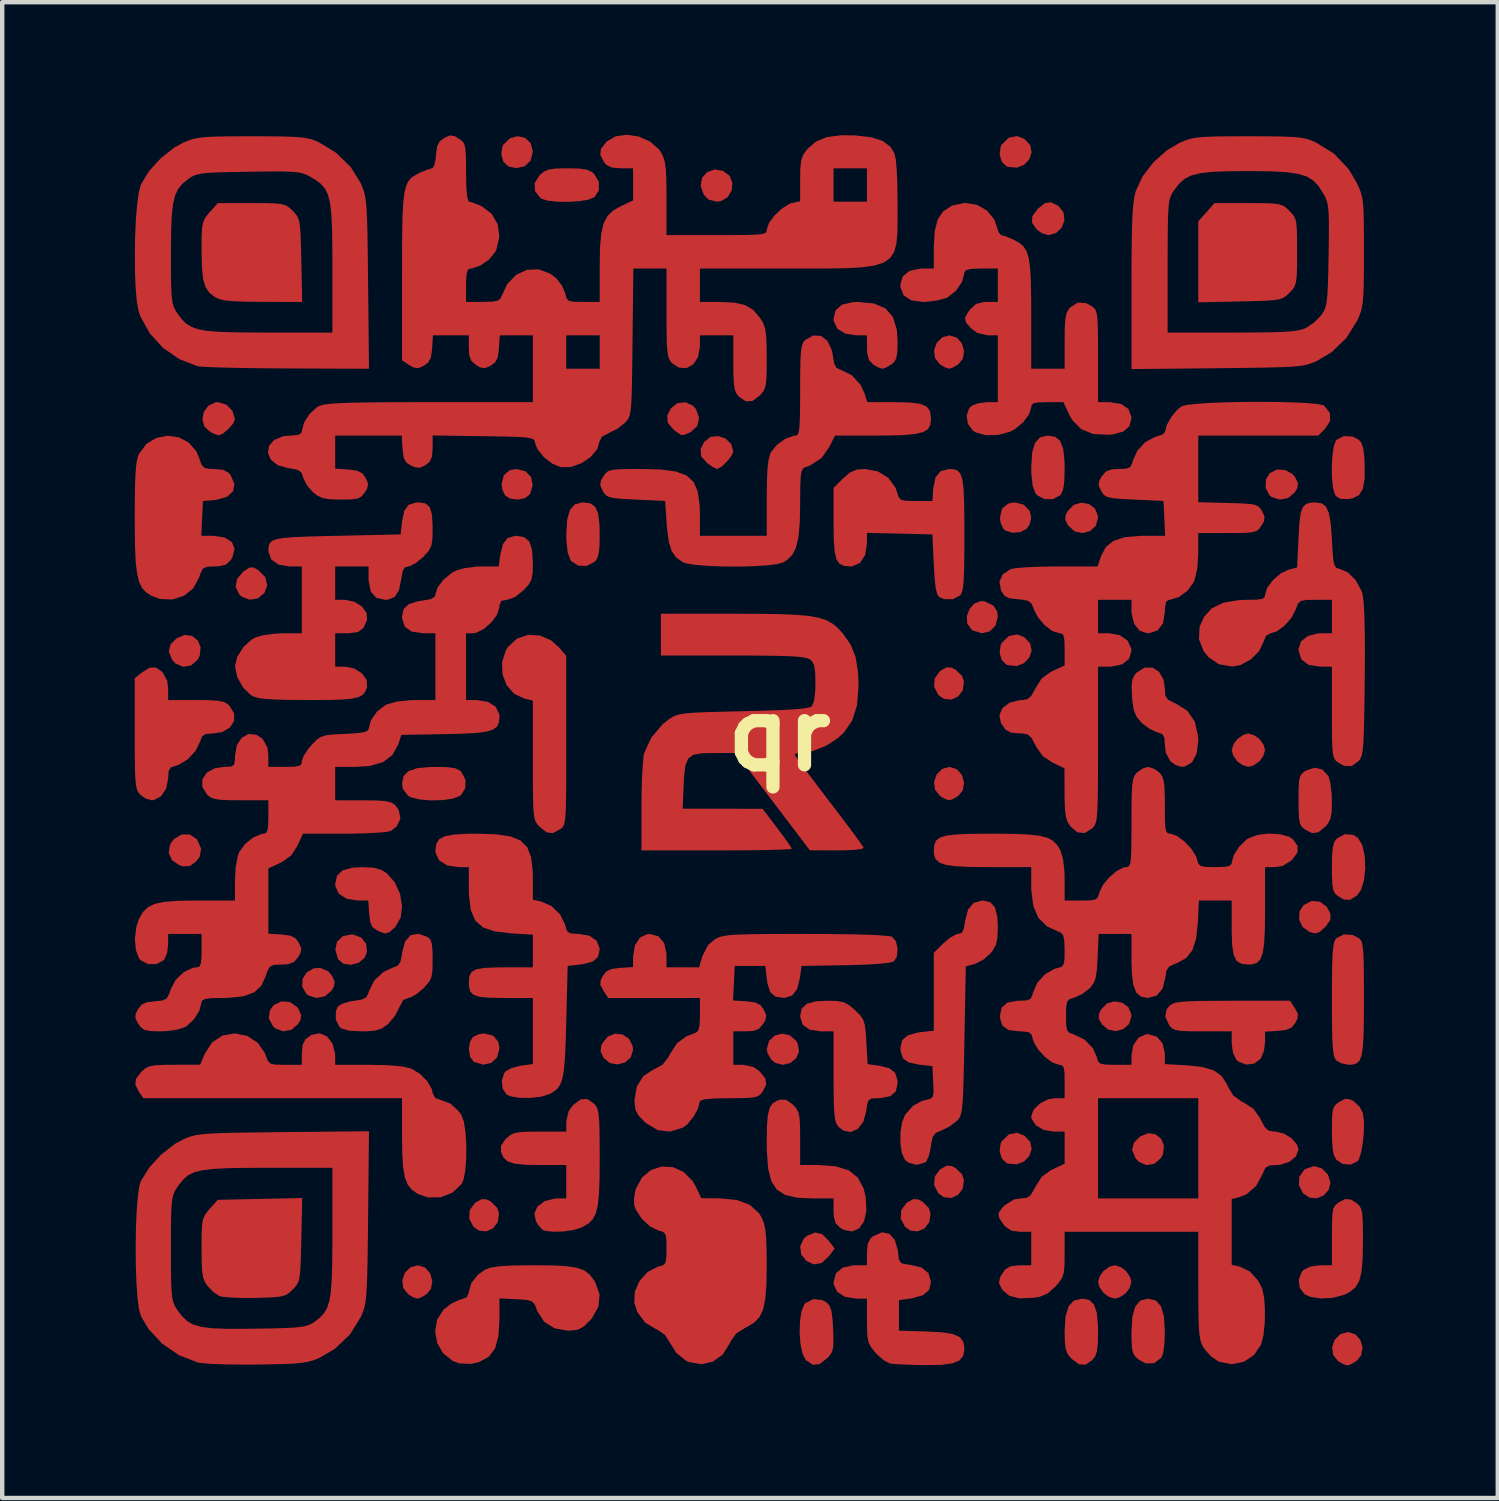
<source format=kicad_pcb>
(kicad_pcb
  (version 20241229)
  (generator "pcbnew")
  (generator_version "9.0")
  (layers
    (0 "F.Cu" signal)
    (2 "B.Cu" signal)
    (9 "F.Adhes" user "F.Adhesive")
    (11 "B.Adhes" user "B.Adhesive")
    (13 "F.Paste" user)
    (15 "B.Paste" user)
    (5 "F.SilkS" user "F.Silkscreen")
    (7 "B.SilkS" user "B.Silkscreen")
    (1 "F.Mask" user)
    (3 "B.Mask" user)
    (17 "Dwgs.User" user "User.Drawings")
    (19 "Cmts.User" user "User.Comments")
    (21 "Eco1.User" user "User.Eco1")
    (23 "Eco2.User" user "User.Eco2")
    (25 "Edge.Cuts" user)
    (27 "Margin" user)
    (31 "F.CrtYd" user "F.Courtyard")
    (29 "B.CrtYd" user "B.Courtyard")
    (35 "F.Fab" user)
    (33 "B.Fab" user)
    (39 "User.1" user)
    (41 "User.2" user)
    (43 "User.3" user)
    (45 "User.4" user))
  (footprint "qr"
    (layer "F.Cu")
    (at 14.591 13.586)
    (property "Reference" "qr" (at 0 0 0) (layer "F.SilkS") (effects (font (size 1.5 1.5) (thickness 0.3))))
    (attr board_only exclude_from_pos_files exclude_from_bom)
    (fp_poly (pts (xy 0.973 11.304) (xy 1.124 11.455) (xy 1.254 11.629) (xy 1.125 11.802) (xy 0.959 11.957) (xy 0.782 11.986) (xy 0.615 11.91) (xy 0.495 11.76) (xy 0.474 11.578) (xy 0.552 11.408) (xy 0.627 11.341) (xy 0.812 11.264)) (stroke (width 0) (type solid)) (fill yes) (layer "F.Cu"))
    (fp_poly (pts (xy -13.292 -2.24) (xy -13.164 -2.138) (xy -13.099 -1.982) (xy -13.119 -1.795) (xy -13.167 -1.701) (xy -13.316 -1.571) (xy -13.496 -1.542) (xy -13.668 -1.615) (xy -13.744 -1.699) (xy -13.821 -1.887) (xy -13.778 -2.051) (xy -13.642 -2.187) (xy -13.459 -2.264)) (stroke (width 0) (type solid)) (fill yes) (layer "F.Cu"))
    (fp_poly (pts (xy -5.752 -13.514) (xy -5.627 -13.396) (xy -5.578 -13.207) (xy -5.629 -13) (xy -5.765 -12.869) (xy -5.962 -12.83) (xy -6.133 -12.869) (xy -6.244 -12.973) (xy -6.293 -13.139) (xy -6.27 -13.314) (xy -6.243 -13.366) (xy -6.094 -13.507) (xy -5.919 -13.553)) (stroke (width 0) (type solid)) (fill yes) (layer "F.Cu"))
    (fp_poly (pts (xy -5.747 -5.969) (xy -5.618 -5.837) (xy -5.582 -5.648) (xy -5.643 -5.448) (xy -5.753 -5.359) (xy -5.922 -5.325) (xy -6.096 -5.349) (xy -6.208 -5.421) (xy -6.271 -5.557) (xy -6.287 -5.672) (xy -6.238 -5.875) (xy -6.1 -5.993) (xy -5.953 -6.019)) (stroke (width 0) (type solid)) (fill yes) (layer "F.Cu"))
    (fp_poly (pts (xy -1.276 -12.769) (xy -1.125 -12.658) (xy -1.061 -12.499) (xy -1.077 -12.326) (xy -1.165 -12.176) (xy -1.318 -12.083) (xy -1.418 -12.07) (xy -1.606 -12.12) (xy -1.707 -12.227) (xy -1.78 -12.426) (xy -1.748 -12.606) (xy -1.635 -12.739) (xy -1.461 -12.799)) (stroke (width 0) (type solid)) (fill yes) (layer "F.Cu"))
    (fp_poly (pts (xy 8.516 9.042) (xy 8.644 9.144) (xy 8.709 9.3) (xy 8.688 9.487) (xy 8.64 9.581) (xy 8.492 9.71) (xy 8.311 9.739) (xy 8.14 9.667) (xy 8.064 9.583) (xy 7.987 9.395) (xy 8.029 9.231) (xy 8.165 9.095) (xy 8.349 9.017)) (stroke (width 0) (type solid)) (fill yes) (layer "F.Cu"))
    (fp_poly (pts (xy 12.288 9.817) (xy 12.42 9.955) (xy 12.479 10.133) (xy 12.44 10.296) (xy 12.33 10.422) (xy 12.177 10.49) (xy 12.008 10.479) (xy 11.859 10.379) (xy 11.764 10.197) (xy 11.773 10.006) (xy 11.881 9.849) (xy 11.909 9.828) (xy 12.105 9.762)) (stroke (width 0) (type solid)) (fill yes) (layer "F.Cu"))
    (fp_poly (pts (xy -13.193 2.356) (xy -13.176 2.378) (xy -13.087 2.578) (xy -13.12 2.758) (xy -13.204 2.868) (xy -13.347 2.971) (xy -13.5 2.975) (xy -13.582 2.95) (xy -13.75 2.835) (xy -13.822 2.666) (xy -13.791 2.479) (xy -13.708 2.364) (xy -13.532 2.256) (xy -13.348 2.254)) (stroke (width 0) (type solid)) (fill yes) (layer "F.Cu"))
    (fp_poly (pts (xy -11.794 -3.73) (xy -11.633 -3.569) (xy -11.591 -3.385) (xy -11.656 -3.211) (xy -11.803 -3.088) (xy -11.989 -3.06) (xy -12.169 -3.129) (xy -12.223 -3.178) (xy -12.307 -3.35) (xy -12.274 -3.532) (xy -12.129 -3.7) (xy -12.121 -3.706) (xy -11.996 -3.787) (xy -11.905 -3.791)) (stroke (width 0) (type solid)) (fill yes) (layer "F.Cu"))
    (fp_poly (pts (xy -11.076 6.05) (xy -10.915 6.162) (xy -10.878 6.217) (xy -10.821 6.348) (xy -10.839 6.456) (xy -10.893 6.548) (xy -11.043 6.678) (xy -11.231 6.711) (xy -11.41 6.644) (xy -11.461 6.597) (xy -11.556 6.416) (xy -11.531 6.232) (xy -11.445 6.119) (xy -11.268 6.032)) (stroke (width 0) (type solid)) (fill yes) (layer "F.Cu"))
    (fp_poly (pts (xy -10.207 5.355) (xy -10.122 5.46) (xy -10.064 5.592) (xy -10.083 5.699) (xy -10.137 5.791) (xy -10.286 5.92) (xy -10.477 5.957) (xy -10.66 5.898) (xy -10.71 5.857) (xy -10.801 5.695) (xy -10.79 5.523) (xy -10.697 5.376) (xy -10.54 5.285) (xy -10.391 5.274)) (stroke (width 0) (type solid)) (fill yes) (layer "F.Cu"))
    (fp_poly (pts (xy -9.651 4.519) (xy -9.463 4.589) (xy -9.351 4.731) (xy -9.333 4.912) (xy -9.387 5.046) (xy -9.521 5.16) (xy -9.697 5.206) (xy -9.867 5.18) (xy -9.986 5.081) (xy -9.988 5.078) (xy -10.05 4.862) (xy -10.009 4.679) (xy -9.879 4.556) (xy -9.676 4.517)) (stroke (width 0) (type solid)) (fill yes) (layer "F.Cu"))
    (fp_poly (pts (xy -8.016 12.06) (xy -7.902 12.192) (xy -7.855 12.365) (xy -7.884 12.539) (xy -7.987 12.665) (xy -8.115 12.739) (xy -8.194 12.763) (xy -8.291 12.73) (xy -8.4 12.665) (xy -8.513 12.522) (xy -8.534 12.347) (xy -8.475 12.177) (xy -8.348 12.051) (xy -8.183 12.007)) (stroke (width 0) (type solid)) (fill yes) (layer "F.Cu"))
    (fp_poly (pts (xy -6.624 10.517) (xy -6.532 10.563) (xy -6.385 10.708) (xy -6.345 10.832) (xy -6.371 11.028) (xy -6.477 11.169) (xy -6.63 11.24) (xy -6.799 11.223) (xy -6.923 11.135) (xy -7.019 10.95) (xy -7.007 10.758) (xy -6.89 10.597) (xy -6.863 10.578) (xy -6.732 10.509)) (stroke (width 0) (type solid)) (fill yes) (layer "F.Cu"))
    (fp_poly (pts (xy -6.479 6.808) (xy -6.36 6.947) (xy -6.334 7.094) (xy -6.385 7.297) (xy -6.519 7.426) (xy -6.705 7.466) (xy -6.915 7.402) (xy -6.917 7.401) (xy -6.998 7.29) (xy -7.027 7.121) (xy -7.002 6.949) (xy -6.933 6.838) (xy -6.797 6.776) (xy -6.681 6.76)) (stroke (width 0) (type solid)) (fill yes) (layer "F.Cu"))
    (fp_poly (pts (xy 0.234 6.799) (xy 0.379 6.921) (xy 0.419 6.992) (xy 0.447 7.172) (xy 0.38 7.324) (xy 0.248 7.429) (xy 0.082 7.47) (xy -0.088 7.427) (xy -0.179 7.353) (xy -0.262 7.215) (xy -0.283 7.117) (xy -0.232 6.929) (xy -0.106 6.809) (xy 0.061 6.763)) (stroke (width 0) (type solid)) (fill yes) (layer "F.Cu"))
    (fp_poly (pts (xy 3.145 10.517) (xy 3.237 10.563) (xy 3.384 10.708) (xy 3.424 10.832) (xy 3.398 11.028) (xy 3.292 11.169) (xy 3.139 11.24) (xy 2.97 11.223) (xy 2.846 11.135) (xy 2.75 10.95) (xy 2.762 10.758) (xy 2.88 10.597) (xy 2.907 10.578) (xy 3.037 10.509)) (stroke (width 0) (type solid)) (fill yes) (layer "F.Cu"))
    (fp_poly (pts (xy 3.901 -1.521) (xy 3.994 -1.475) (xy 4.141 -1.33) (xy 4.18 -1.206) (xy 4.154 -1.01) (xy 4.049 -0.869) (xy 3.895 -0.798) (xy 3.727 -0.815) (xy 3.602 -0.903) (xy 3.506 -1.088) (xy 3.519 -1.28) (xy 3.636 -1.441) (xy 3.663 -1.46) (xy 3.794 -1.53)) (stroke (width 0) (type solid)) (fill yes) (layer "F.Cu"))
    (fp_poly (pts (xy 3.901 9.761) (xy 3.994 9.806) (xy 4.141 9.952) (xy 4.18 10.076) (xy 4.154 10.271) (xy 4.049 10.413) (xy 3.895 10.484) (xy 3.727 10.467) (xy 3.602 10.379) (xy 3.506 10.194) (xy 3.519 10.002) (xy 3.636 9.841) (xy 3.663 9.822) (xy 3.794 9.752)) (stroke (width 0) (type solid)) (fill yes) (layer "F.Cu"))
    (fp_poly (pts (xy 4.022 -8.992) (xy 4.136 -8.859) (xy 4.184 -8.686) (xy 4.155 -8.512) (xy 4.051 -8.386) (xy 3.924 -8.313) (xy 3.845 -8.288) (xy 3.747 -8.321) (xy 3.638 -8.386) (xy 3.525 -8.529) (xy 3.504 -8.705) (xy 3.563 -8.874) (xy 3.69 -9) (xy 3.856 -9.044)) (stroke (width 0) (type solid)) (fill yes) (layer "F.Cu"))
    (fp_poly (pts (xy 4.022 0.778) (xy 4.136 0.91) (xy 4.184 1.083) (xy 4.155 1.257) (xy 4.051 1.383) (xy 3.924 1.457) (xy 3.845 1.481) (xy 3.747 1.448) (xy 3.638 1.383) (xy 3.525 1.24) (xy 3.504 1.065) (xy 3.563 0.895) (xy 3.69 0.769) (xy 3.856 0.725)) (stroke (width 0) (type solid)) (fill yes) (layer "F.Cu"))
    (fp_poly (pts (xy 4.657 -3.019) (xy 4.847 -2.928) (xy 4.935 -2.79) (xy 4.948 -2.675) (xy 4.896 -2.474) (xy 4.765 -2.343) (xy 4.584 -2.301) (xy 4.388 -2.361) (xy 4.353 -2.384) (xy 4.256 -2.519) (xy 4.246 -2.686) (xy 4.307 -2.851) (xy 4.421 -2.977) (xy 4.573 -3.031)) (stroke (width 0) (type solid)) (fill yes) (layer "F.Cu"))
    (fp_poly (pts (xy 5.532 -5.212) (xy 5.666 -5.075) (xy 5.704 -4.916) (xy 5.663 -4.755) (xy 5.605 -4.669) (xy 5.455 -4.589) (xy 5.271 -4.576) (xy 5.113 -4.629) (xy 5.074 -4.664) (xy 5.011 -4.8) (xy 4.995 -4.916) (xy 5.044 -5.119) (xy 5.182 -5.237) (xy 5.329 -5.263)) (stroke (width 0) (type solid)) (fill yes) (layer "F.Cu"))
    (fp_poly (pts (xy 5.549 -13.492) (xy 5.681 -13.35) (xy 5.713 -13.188) (xy 5.661 -13.031) (xy 5.543 -12.906) (xy 5.376 -12.84) (xy 5.177 -12.859) (xy 5.148 -12.869) (xy 5.038 -12.973) (xy 4.989 -13.139) (xy 5.012 -13.314) (xy 5.039 -13.366) (xy 5.197 -13.52) (xy 5.384 -13.556)) (stroke (width 0) (type solid)) (fill yes) (layer "F.Cu"))
    (fp_poly (pts (xy 5.549 -2.21) (xy 5.681 -2.068) (xy 5.713 -1.906) (xy 5.661 -1.749) (xy 5.543 -1.625) (xy 5.376 -1.558) (xy 5.177 -1.577) (xy 5.148 -1.587) (xy 5.038 -1.691) (xy 4.989 -1.857) (xy 5.012 -2.032) (xy 5.039 -2.084) (xy 5.197 -2.238) (xy 5.384 -2.274)) (stroke (width 0) (type solid)) (fill yes) (layer "F.Cu"))
    (fp_poly (pts (xy 5.549 9.072) (xy 5.681 9.214) (xy 5.713 9.376) (xy 5.661 9.533) (xy 5.543 9.657) (xy 5.376 9.723) (xy 5.177 9.705) (xy 5.148 9.695) (xy 5.038 9.591) (xy 4.989 9.425) (xy 5.012 9.25) (xy 5.039 9.198) (xy 5.197 9.044) (xy 5.384 9.008)) (stroke (width 0) (type solid)) (fill yes) (layer "F.Cu"))
    (fp_poly (pts (xy 11.451 -5.997) (xy 11.62 -5.905) (xy 11.686 -5.822) (xy 11.743 -5.69) (xy 11.725 -5.582) (xy 11.671 -5.491) (xy 11.521 -5.362) (xy 11.331 -5.325) (xy 11.147 -5.384) (xy 11.097 -5.425) (xy 11.01 -5.591) (xy 11.018 -5.783) (xy 11.101 -5.923) (xy 11.262 -6.006)) (stroke (width 0) (type solid)) (fill yes) (layer "F.Cu"))
    (fp_poly (pts (xy 13.044 13.572) (xy 13.158 13.703) (xy 13.204 13.875) (xy 13.172 14.05) (xy 13.064 14.178) (xy 12.936 14.251) (xy 12.858 14.276) (xy 12.76 14.242) (xy 12.651 14.178) (xy 12.537 14.034) (xy 12.516 13.859) (xy 12.576 13.691) (xy 12.704 13.565) (xy 12.874 13.519)) (stroke (width 0) (type solid)) (fill yes) (layer "F.Cu"))
    (fp_poly (pts (xy -3.546 6.783) (xy -3.401 6.879) (xy -3.318 7.048) (xy -3.31 7.128) (xy -3.361 7.3) (xy -3.49 7.415) (xy -3.661 7.461) (xy -3.836 7.43) (xy -3.977 7.311) (xy -3.978 7.309) (xy -4.046 7.163) (xy -4.027 7.027) (xy -4.012 6.992) (xy -3.885 6.832) (xy -3.719 6.765)) (stroke (width 0) (type solid)) (fill yes) (layer "F.Cu"))
    (fp_poly (pts (xy -1.954 -7.452) (xy -1.885 -7.375) (xy -1.815 -7.175) (xy -1.856 -6.992) (xy -2 -6.858) (xy -2.018 -6.849) (xy -2.143 -6.794) (xy -2.218 -6.788) (xy -2.303 -6.84) (xy -2.387 -6.906) (xy -2.523 -7.061) (xy -2.538 -7.225) (xy -2.454 -7.392) (xy -2.306 -7.51) (xy -2.124 -7.53)) (stroke (width 0) (type solid)) (fill yes) (layer "F.Cu"))
    (fp_poly (pts (xy 6.315 -11.975) (xy 6.32 -11.972) (xy 6.435 -11.828) (xy 6.455 -11.654) (xy 6.395 -11.485) (xy 6.266 -11.36) (xy 6.093 -11.313) (xy 5.947 -11.357) (xy 5.83 -11.439) (xy 5.722 -11.594) (xy 5.73 -11.743) (xy 5.854 -11.911) (xy 5.859 -11.915) (xy 6.015 -12.039) (xy 6.153 -12.057)) (stroke (width 0) (type solid)) (fill yes) (layer "F.Cu"))
    (fp_poly (pts (xy 7.008 -5.227) (xy 7.147 -5.124) (xy 7.215 -4.955) (xy 7.217 -4.916) (xy 7.166 -4.733) (xy 7.037 -4.614) (xy 6.866 -4.568) (xy 6.69 -4.604) (xy 6.545 -4.734) (xy 6.544 -4.734) (xy 6.475 -4.865) (xy 6.483 -4.973) (xy 6.529 -5.065) (xy 6.664 -5.205) (xy 6.835 -5.256)) (stroke (width 0) (type solid)) (fill yes) (layer "F.Cu"))
    (fp_poly (pts (xy 7.763 6.063) (xy 7.902 6.164) (xy 7.971 6.328) (xy 7.973 6.366) (xy 7.921 6.542) (xy 7.791 6.659) (xy 7.619 6.706) (xy 7.444 6.672) (xy 7.301 6.549) (xy 7.301 6.548) (xy 7.231 6.417) (xy 7.24 6.309) (xy 7.285 6.217) (xy 7.418 6.081) (xy 7.589 6.033)) (stroke (width 0) (type solid)) (fill yes) (layer "F.Cu"))
    (fp_poly (pts (xy 12.238 3.776) (xy 12.394 3.89) (xy 12.477 4.048) (xy 12.475 4.188) (xy 12.373 4.335) (xy 12.36 4.348) (xy 12.236 4.46) (xy 12.142 4.495) (xy 12.025 4.469) (xy 12.007 4.463) (xy 11.847 4.35) (xy 11.768 4.18) (xy 11.778 3.996) (xy 11.87 3.854) (xy 12.051 3.761)) (stroke (width 0) (type solid)) (fill yes) (layer "F.Cu"))
    (fp_poly (pts (xy -1.213 -6.706) (xy -1.086 -6.58) (xy -1.04 -6.412) (xy -1.083 -6.314) (xy -1.184 -6.187) (xy -1.303 -6.074) (xy -1.399 -6.02) (xy -1.407 -6.019) (xy -1.492 -6.055) (xy -1.62 -6.142) (xy -1.63 -6.15) (xy -1.767 -6.304) (xy -1.782 -6.469) (xy -1.698 -6.635) (xy -1.556 -6.746) (xy -1.382 -6.765)) (stroke (width 0) (type solid)) (fill yes) (layer "F.Cu"))
    (fp_poly (pts (xy 7.732 12.049) (xy 7.847 12.133) (xy 7.941 12.27) (xy 7.973 12.385) (xy 7.93 12.522) (xy 7.847 12.637) (xy 7.71 12.731) (xy 7.595 12.763) (xy 7.458 12.72) (xy 7.343 12.637) (xy 7.248 12.5) (xy 7.217 12.385) (xy 7.259 12.248) (xy 7.343 12.133) (xy 7.48 12.038) (xy 7.595 12.007)) (stroke (width 0) (type solid)) (fill yes) (layer "F.Cu"))
    (fp_poly (pts (xy 10.757 0.011) (xy 10.872 0.095) (xy 10.967 0.232) (xy 10.998 0.347) (xy 10.955 0.484) (xy 10.872 0.599) (xy 10.735 0.693) (xy 10.62 0.725) (xy 10.483 0.682) (xy 10.368 0.599) (xy 10.274 0.462) (xy 10.242 0.347) (xy 10.285 0.209) (xy 10.368 0.095) (xy 10.505 0.000111) (xy 10.62 -0.032)) (stroke (width 0) (type solid)) (fill yes) (layer "F.Cu"))
    (fp_poly (pts (xy -12.517 -7.475) (xy -12.378 -7.333) (xy -12.322 -7.145) (xy -12.322 -7.144) (xy -12.366 -7.045) (xy -12.471 -6.924) (xy -12.593 -6.821) (xy -12.69 -6.779) (xy -12.693 -6.78) (xy -12.774 -6.808) (xy -12.875 -6.853) (xy -13.012 -6.975) (xy -13.059 -7.14) (xy -13.027 -7.311) (xy -12.923 -7.452) (xy -12.758 -7.527) (xy -12.702 -7.532)) (stroke (width 0) (type solid)) (fill yes) (layer "F.Cu"))
    (fp_poly (pts (xy 8.524 12.805) (xy 8.642 12.936) (xy 8.708 13.168) (xy 8.729 13.507) (xy 8.719 13.791) (xy 8.689 13.999) (xy 8.65 14.1) (xy 8.487 14.224) (xy 8.298 14.23) (xy 8.14 14.146) (xy 8.056 14.07) (xy 8.006 13.985) (xy 7.982 13.857) (xy 7.974 13.652) (xy 7.973 13.515) (xy 7.993 13.173) (xy 8.059 12.941) (xy 8.173 12.807) (xy 8.343 12.763) (xy 8.351 12.763)) (stroke (width 0) (type solid)) (fill yes) (layer "F.Cu"))
    (fp_poly (pts (xy -7.515 0.731) (xy -7.345 0.754) (xy -7.24 0.8) (xy -7.195 0.84) (xy -7.103 1.018) (xy -7.108 1.209) (xy -7.208 1.366) (xy -7.231 1.383) (xy -7.392 1.444) (xy -7.63 1.477) (xy -7.9 1.483) (xy -8.156 1.46) (xy -8.351 1.409) (xy -8.4 1.383) (xy -8.519 1.228) (xy -8.54 1.103) (xy -8.506 0.935) (xy -8.394 0.82) (xy -8.19 0.753) (xy -7.882 0.726) (xy -7.78 0.725)) (stroke (width 0) (type solid)) (fill yes) (layer "F.Cu"))
    (fp_poly (pts (xy -4.277 -5.241) (xy -4.165 -5.163) (xy -4.1 -5.01) (xy -4.07 -4.763) (xy -4.065 -4.543) (xy -4.07 -4.269) (xy -4.09 -4.092) (xy -4.129 -3.981) (xy -4.181 -3.917) (xy -4.359 -3.825) (xy -4.55 -3.831) (xy -4.706 -3.931) (xy -4.723 -3.953) (xy -4.79 -4.128) (xy -4.82 -4.413) (xy -4.822 -4.538) (xy -4.802 -4.87) (xy -4.738 -5.094) (xy -4.624 -5.22) (xy -4.455 -5.263) (xy -4.444 -5.263)) (stroke (width 0) (type solid)) (fill yes) (layer "F.Cu"))
    (fp_poly (pts (xy 6.246 -6.748) (xy 6.36 -6.654) (xy 6.428 -6.478) (xy 6.457 -6.202) (xy 6.46 -6.034) (xy 6.453 -5.745) (xy 6.427 -5.557) (xy 6.379 -5.445) (xy 6.361 -5.425) (xy 6.196 -5.337) (xy 6.004 -5.338) (xy 5.839 -5.423) (xy 5.802 -5.466) (xy 5.736 -5.64) (xy 5.706 -5.926) (xy 5.704 -6.051) (xy 5.724 -6.384) (xy 5.789 -6.608) (xy 5.903 -6.735) (xy 6.074 -6.775) (xy 6.076 -6.775)) (stroke (width 0) (type solid)) (fill yes) (layer "F.Cu"))
    (fp_poly (pts (xy -4.532 -12.82) (xy -4.363 -12.797) (xy -4.252 -12.75) (xy -4.191 -12.7) (xy -4.084 -12.521) (xy -4.083 -12.33) (xy -4.181 -12.174) (xy -4.307 -12.119) (xy -4.517 -12.083) (xy -4.772 -12.066) (xy -5.029 -12.07) (xy -5.25 -12.095) (xy -5.393 -12.142) (xy -5.402 -12.149) (xy -5.531 -12.312) (xy -5.538 -12.493) (xy -5.427 -12.667) (xy -5.331 -12.75) (xy -5.223 -12.798) (xy -5.068 -12.82) (xy -4.828 -12.826) (xy -4.793 -12.826)) (stroke (width 0) (type solid)) (fill yes) (layer "F.Cu"))
    (fp_poly (pts (xy 12.979 -6.753) (xy 13.112 -6.687) (xy 13.179 -6.612) (xy 13.221 -6.485) (xy 13.245 -6.279) (xy 13.252 -6.136) (xy 13.252 -5.8) (xy 13.211 -5.569) (xy 13.122 -5.426) (xy 12.976 -5.354) (xy 12.876 -5.338) (xy 12.702 -5.343) (xy 12.603 -5.405) (xy 12.578 -5.444) (xy 12.535 -5.593) (xy 12.512 -5.815) (xy 12.508 -6.071) (xy 12.523 -6.324) (xy 12.554 -6.535) (xy 12.601 -6.665) (xy 12.61 -6.676) (xy 12.779 -6.764)) (stroke (width 0) (type solid)) (fill yes) (layer "F.Cu"))
    (fp_poly (pts (xy 12.992 2.262) (xy 13.103 2.334) (xy 13.2 2.502) (xy 13.254 2.744) (xy 13.267 3.02) (xy 13.238 3.289) (xy 13.169 3.512) (xy 13.079 3.636) (xy 12.924 3.733) (xy 12.788 3.73) (xy 12.651 3.652) (xy 12.583 3.593) (xy 12.541 3.512) (xy 12.52 3.38) (xy 12.512 3.168) (xy 12.511 3) (xy 12.515 2.718) (xy 12.533 2.534) (xy 12.567 2.419) (xy 12.624 2.344) (xy 12.626 2.342) (xy 12.805 2.249)) (stroke (width 0) (type solid)) (fill yes) (layer "F.Cu"))
    (fp_poly (pts (xy 0.979 12.797) (xy 1.074 12.852) (xy 1.139 12.923) (xy 1.181 13.039) (xy 1.206 13.231) (xy 1.219 13.447) (xy 1.228 13.703) (xy 1.22 13.869) (xy 1.19 13.977) (xy 1.129 14.064) (xy 1.081 14.114) (xy 0.911 14.245) (xy 0.763 14.261) (xy 0.612 14.162) (xy 0.599 14.15) (xy 0.526 14.01) (xy 0.48 13.789) (xy 0.461 13.528) (xy 0.47 13.263) (xy 0.507 13.036) (xy 0.572 12.885) (xy 0.588 12.867) (xy 0.775 12.772)) (stroke (width 0) (type solid)) (fill yes) (layer "F.Cu"))
    (fp_poly (pts (xy 7.019 12.794) (xy 7.126 12.897) (xy 7.189 13.088) (xy 7.215 13.381) (xy 7.217 13.509) (xy 7.212 13.779) (xy 7.192 13.955) (xy 7.153 14.069) (xy 7.091 14.15) (xy 6.936 14.257) (xy 6.787 14.25) (xy 6.619 14.125) (xy 6.615 14.121) (xy 6.534 14.026) (xy 6.488 13.917) (xy 6.466 13.759) (xy 6.46 13.514) (xy 6.46 13.491) (xy 6.482 13.158) (xy 6.551 12.933) (xy 6.673 12.805) (xy 6.854 12.763) (xy 6.86 12.763)) (stroke (width 0) (type solid)) (fill yes) (layer "F.Cu"))
    (fp_poly (pts (xy 12.915 8.249) (xy 13.002 8.292) (xy 13.139 8.42) (xy 13.212 8.564) (xy 13.236 8.747) (xy 13.234 8.984) (xy 13.211 9.235) (xy 13.171 9.459) (xy 13.119 9.614) (xy 13.096 9.648) (xy 12.936 9.729) (xy 12.753 9.713) (xy 12.615 9.622) (xy 12.56 9.528) (xy 12.528 9.377) (xy 12.513 9.142) (xy 12.511 8.962) (xy 12.513 8.697) (xy 12.525 8.528) (xy 12.554 8.425) (xy 12.609 8.358) (xy 12.676 8.309) (xy 12.807 8.24)) (stroke (width 0) (type solid)) (fill yes) (layer "F.Cu"))
    (fp_poly (pts (xy 12.294 0.784) (xy 12.428 0.929) (xy 12.437 0.947) (xy 12.476 1.095) (xy 12.503 1.317) (xy 12.511 1.518) (xy 12.504 1.756) (xy 12.475 1.909) (xy 12.413 2.02) (xy 12.356 2.083) (xy 12.2 2.207) (xy 12.062 2.225) (xy 11.9 2.143) (xy 11.895 2.139) (xy 11.827 2.081) (xy 11.786 2) (xy 11.764 1.87) (xy 11.756 1.66) (xy 11.755 1.479) (xy 11.757 1.209) (xy 11.768 1.035) (xy 11.796 0.929) (xy 11.847 0.862) (xy 11.912 0.814) (xy 12.111 0.743)) (stroke (width 0) (type solid)) (fill yes) (layer "F.Cu"))
    (fp_poly (pts (xy -9.188 3.007) (xy -9.012 3.054) (xy -8.888 3.13) (xy -8.703 3.338) (xy -8.585 3.598) (xy -8.539 3.875) (xy -8.57 4.134) (xy -8.685 4.341) (xy -8.695 4.352) (xy -8.822 4.466) (xy -8.921 4.497) (xy -9.049 4.454) (xy -9.107 4.425) (xy -9.21 4.35) (xy -9.262 4.23) (xy -9.284 4.048) (xy -9.303 3.75) (xy -9.538 3.75) (xy -9.793 3.71) (xy -9.97 3.597) (xy -10.05 3.424) (xy -10.053 3.378) (xy -10.013 3.19) (xy -9.886 3.068) (xy -9.661 3.006) (xy -9.442 2.994)) (stroke (width 0) (type solid)) (fill yes) (layer "F.Cu"))
    (fp_poly (pts (xy 2.145 -9.765) (xy 2.405 -9.654) (xy 2.574 -9.458) (xy 2.662 -9.169) (xy 2.679 -8.908) (xy 2.673 -8.672) (xy 2.65 -8.527) (xy 2.6 -8.438) (xy 2.539 -8.386) (xy 2.411 -8.313) (xy 2.332 -8.288) (xy 2.234 -8.321) (xy 2.125 -8.386) (xy 2.031 -8.487) (xy 1.99 -8.639) (xy 1.985 -8.764) (xy 1.985 -9.044) (xy 1.747 -9.044) (xy 1.49 -9.085) (xy 1.313 -9.197) (xy 1.232 -9.37) (xy 1.229 -9.416) (xy 1.276 -9.613) (xy 1.42 -9.739) (xy 1.666 -9.796) (xy 1.789 -9.801)) (stroke (width 0) (type solid)) (fill yes) (layer "F.Cu"))
    (fp_poly (pts (xy 10.935 -12.037) (xy 11.156 -12.031) (xy 11.303 -12.014) (xy 11.401 -11.982) (xy 11.478 -11.931) (xy 11.548 -11.863) (xy 11.622 -11.785) (xy 11.672 -11.707) (xy 11.702 -11.604) (xy 11.717 -11.449) (xy 11.722 -11.218) (xy 11.723 -10.935) (xy 11.722 -10.616) (xy 11.715 -10.396) (xy 11.698 -10.25) (xy 11.666 -10.152) (xy 11.614 -10.075) (xy 11.548 -10.007) (xy 11.478 -9.94) (xy 11.407 -9.892) (xy 11.314 -9.86) (xy 11.176 -9.839) (xy 10.97 -9.826) (xy 10.676 -9.817) (xy 10.43 -9.812) (xy 9.486 -9.792) (xy 9.486 -10.709) (xy 9.486 -11.627) (xy 9.67 -11.832) (xy 9.853 -12.038) (xy 10.613 -12.038)) (stroke (width 0) (type solid)) (fill yes) (layer "F.Cu"))
    (fp_poly (pts (xy -11.629 -12.037) (xy -11.408 -12.031) (xy -11.261 -12.014) (xy -11.162 -11.982) (xy -11.086 -11.931) (xy -11.015 -11.864) (xy -10.948 -11.793) (xy -10.9 -11.722) (xy -10.868 -11.629) (xy -10.848 -11.491) (xy -10.835 -11.286) (xy -10.826 -10.991) (xy -10.82 -10.745) (xy -10.8 -9.801) (xy -11.703 -9.802) (xy -12.082 -9.806) (xy -12.356 -9.816) (xy -12.549 -9.835) (xy -12.681 -9.866) (xy -12.774 -9.909) (xy -12.901 -10.008) (xy -12.988 -10.136) (xy -13.042 -10.317) (xy -13.07 -10.574) (xy -13.078 -10.93) (xy -13.078 -10.969) (xy -13.077 -11.265) (xy -13.067 -11.466) (xy -13.044 -11.6) (xy -13.001 -11.699) (xy -12.931 -11.791) (xy -12.894 -11.832) (xy -12.71 -12.038) (xy -11.95 -12.038)) (stroke (width 0) (type solid)) (fill yes) (layer "F.Cu"))
    (fp_poly (pts (xy 12.949 10.521) (xy 13.076 10.606) (xy 13.135 10.662) (xy 13.174 10.733) (xy 13.198 10.845) (xy 13.209 11.02) (xy 13.213 11.283) (xy 13.214 11.484) (xy 13.206 11.877) (xy 13.179 12.166) (xy 13.126 12.371) (xy 13.038 12.514) (xy 12.909 12.616) (xy 12.784 12.677) (xy 12.535 12.744) (xy 12.265 12.759) (xy 12.023 12.723) (xy 11.895 12.665) (xy 11.782 12.518) (xy 11.76 12.332) (xy 11.829 12.156) (xy 11.87 12.111) (xy 12.022 12.037) (xy 12.239 12.007) (xy 12.248 12.007) (xy 12.511 12.007) (xy 12.511 11.348) (xy 12.513 11.051) (xy 12.522 10.853) (xy 12.543 10.729) (xy 12.582 10.653) (xy 12.642 10.599) (xy 12.651 10.592) (xy 12.813 10.507)) (stroke (width 0) (type solid)) (fill yes) (layer "F.Cu"))
    (fp_poly (pts (xy -10.82 11.434) (xy -10.829 11.798) (xy -10.839 12.059) (xy -10.854 12.238) (xy -10.878 12.358) (xy -10.915 12.441) (xy -10.969 12.509) (xy -11.015 12.557) (xy -11.1 12.635) (xy -11.186 12.686) (xy -11.302 12.717) (xy -11.477 12.734) (xy -11.739 12.743) (xy -11.866 12.746) (xy -12.159 12.747) (xy -12.415 12.738) (xy -12.602 12.721) (xy -12.676 12.704) (xy -12.808 12.615) (xy -12.941 12.479) (xy -12.943 12.476) (xy -13.004 12.385) (xy -13.044 12.278) (xy -13.066 12.127) (xy -13.076 11.904) (xy -13.078 11.621) (xy -13.077 11.318) (xy -13.068 11.112) (xy -13.047 10.974) (xy -13.007 10.875) (xy -12.942 10.785) (xy -12.894 10.731) (xy -12.711 10.526) (xy -11.755 10.505) (xy -10.8 10.485)) (stroke (width 0) (type solid)) (fill yes) (layer "F.Cu"))
    (fp_poly (pts (xy 12.979 4.529) (xy 13.113 4.596) (xy 13.155 4.634) (xy 13.186 4.69) (xy 13.207 4.781) (xy 13.222 4.925) (xy 13.23 5.138) (xy 13.234 5.439) (xy 13.236 5.844) (xy 13.236 5.973) (xy 13.234 6.445) (xy 13.227 6.806) (xy 13.211 7.071) (xy 13.183 7.254) (xy 13.138 7.371) (xy 13.074 7.436) (xy 12.988 7.463) (xy 12.886 7.469) (xy 12.718 7.434) (xy 12.61 7.37) (xy 12.576 7.318) (xy 12.55 7.231) (xy 12.532 7.091) (xy 12.52 6.882) (xy 12.514 6.587) (xy 12.511 6.19) (xy 12.511 5.988) (xy 12.512 5.542) (xy 12.517 5.206) (xy 12.526 4.963) (xy 12.542 4.796) (xy 12.564 4.688) (xy 12.594 4.624) (xy 12.61 4.605) (xy 12.779 4.518)) (stroke (width 0) (type solid)) (fill yes) (layer "F.Cu"))
    (fp_poly (pts (xy 8.598 -1.428) (xy 8.7 -1.249) (xy 8.729 -1.05) (xy 8.74 -0.891) (xy 8.796 -0.799) (xy 8.931 -0.728) (xy 8.979 -0.709) (xy 9.239 -0.545) (xy 9.407 -0.297) (xy 9.482 0.034) (xy 9.485 0.142) (xy 9.449 0.424) (xy 9.345 0.62) (xy 9.182 0.717) (xy 9.107 0.725) (xy 8.97 0.682) (xy 8.855 0.599) (xy 8.75 0.406) (xy 8.729 0.226) (xy 8.718 0.062) (xy 8.668 -0.02) (xy 8.551 -0.061) (xy 8.549 -0.061) (xy 8.387 -0.133) (xy 8.218 -0.26) (xy 8.19 -0.288) (xy 8.084 -0.418) (xy 8.024 -0.564) (xy 7.993 -0.771) (xy 7.985 -0.877) (xy 7.976 -1.108) (xy 7.993 -1.255) (xy 8.043 -1.356) (xy 8.092 -1.411) (xy 8.27 -1.523) (xy 8.447 -1.524)) (stroke (width 0) (type solid)) (fill yes) (layer "F.Cu"))
    (fp_poly (pts (xy -5.422 -2.25) (xy -5.164 -2.139) (xy -4.981 -1.976) (xy -4.822 -1.787) (xy -4.822 0.127) (xy -4.822 0.668) (xy -4.823 1.097) (xy -4.826 1.427) (xy -4.832 1.674) (xy -4.842 1.849) (xy -4.857 1.968) (xy -4.878 2.044) (xy -4.905 2.092) (xy -4.941 2.124) (xy -4.962 2.139) (xy -5.125 2.224) (xy -5.264 2.209) (xy -5.419 2.087) (xy -5.423 2.083) (xy -5.474 2.029) (xy -5.512 1.972) (xy -5.54 1.895) (xy -5.558 1.78) (xy -5.57 1.608) (xy -5.575 1.364) (xy -5.578 1.029) (xy -5.578 0.586) (xy -5.578 0.575) (xy -5.578 -0.778) (xy -5.765 -0.819) (xy -6 -0.929) (xy -6.17 -1.122) (xy -6.265 -1.369) (xy -6.276 -1.64) (xy -6.194 -1.905) (xy -6.14 -1.993) (xy -5.939 -2.178) (xy -5.69 -2.263)) (stroke (width 0) (type solid)) (fill yes) (layer "F.Cu"))
    (fp_poly (pts (xy 11.671 6.184) (xy 11.74 6.315) (xy 11.732 6.422) (xy 11.686 6.515) (xy 11.602 6.623) (xy 11.48 6.678) (xy 11.296 6.7) (xy 10.998 6.719) (xy 10.998 6.954) (xy 10.972 7.152) (xy 10.907 7.318) (xy 10.9 7.329) (xy 10.754 7.441) (xy 10.567 7.464) (xy 10.391 7.394) (xy 10.346 7.353) (xy 10.272 7.201) (xy 10.242 6.984) (xy 10.242 6.975) (xy 10.242 6.712) (xy 9.584 6.712) (xy 9.286 6.71) (xy 9.088 6.701) (xy 8.965 6.68) (xy 8.888 6.642) (xy 8.834 6.582) (xy 8.827 6.572) (xy 8.738 6.379) (xy 8.768 6.214) (xy 8.845 6.123) (xy 8.899 6.088) (xy 8.983 6.061) (xy 9.114 6.042) (xy 9.309 6.03) (xy 9.585 6.023) (xy 9.959 6.02) (xy 10.261 6.019) (xy 11.563 6.019)) (stroke (width 0) (type solid)) (fill yes) (layer "F.Cu"))
    (fp_poly (pts (xy 0.154 8.261) (xy 0.301 8.363) (xy 0.314 8.376) (xy 0.388 8.459) (xy 0.435 8.55) (xy 0.46 8.679) (xy 0.471 8.875) (xy 0.473 9.136) (xy 0.473 9.738) (xy 0.884 9.738) (xy 1.28 9.767) (xy 1.575 9.859) (xy 1.78 10.024) (xy 1.91 10.269) (xy 1.958 10.475) (xy 1.972 10.777) (xy 1.918 11.015) (xy 1.806 11.175) (xy 1.649 11.242) (xy 1.459 11.205) (xy 1.369 11.152) (xy 1.274 11.052) (xy 1.234 10.899) (xy 1.229 10.774) (xy 1.229 10.494) (xy 0.75 10.494) (xy 0.396 10.477) (xy 0.131 10.414) (xy -0.058 10.293) (xy -0.182 10.098) (xy -0.252 9.815) (xy -0.281 9.429) (xy -0.284 9.22) (xy -0.279 8.865) (xy -0.259 8.615) (xy -0.219 8.449) (xy -0.152 8.344) (xy -0.05 8.281) (xy 0.015 8.259)) (stroke (width 0) (type solid)) (fill yes) (layer "F.Cu"))
    (fp_poly (pts (xy 1.308 6.025) (xy 1.462 6.054) (xy 1.586 6.122) (xy 1.712 6.229) (xy 1.827 6.341) (xy 1.898 6.443) (xy 1.937 6.57) (xy 1.96 6.762) (xy 1.971 6.947) (xy 2.001 7.454) (xy 2.248 7.487) (xy 2.487 7.545) (xy 2.624 7.651) (xy 2.676 7.822) (xy 2.679 7.884) (xy 2.64 8.069) (xy 2.514 8.179) (xy 2.291 8.223) (xy 2.218 8.225) (xy 2.087 8.232) (xy 2.018 8.276) (xy 1.985 8.39) (xy 1.968 8.521) (xy 1.902 8.76) (xy 1.778 8.92) (xy 1.62 8.991) (xy 1.45 8.958) (xy 1.333 8.866) (xy 1.293 8.804) (xy 1.265 8.708) (xy 1.246 8.558) (xy 1.235 8.335) (xy 1.23 8.019) (xy 1.229 7.732) (xy 1.229 6.712) (xy 0.95 6.712) (xy 0.69 6.675) (xy 0.531 6.563) (xy 0.473 6.379) (xy 0.473 6.366) (xy 0.508 6.196) (xy 0.622 6.088) (xy 0.831 6.032) (xy 1.077 6.019)) (stroke (width 0) (type solid)) (fill yes) (layer "F.Cu"))
    (fp_poly (pts (xy -13.97 -1.427) (xy -13.961 -1.418) (xy -13.855 -1.224) (xy -13.834 -1.04) (xy -13.834 -0.788) (xy -13.204 -0.788) (xy -12.907 -0.785) (xy -12.707 -0.772) (xy -12.578 -0.746) (xy -12.492 -0.7) (xy -12.448 -0.662) (xy -12.34 -0.487) (xy -12.342 -0.312) (xy -12.44 -0.163) (xy -12.618 -0.061) (xy -12.819 -0.032) (xy -12.984 -0.02) (xy -13.066 0.033) (xy -13.107 0.142) (xy -13.211 0.358) (xy -13.388 0.551) (xy -13.594 0.677) (xy -13.654 0.695) (xy -13.772 0.736) (xy -13.823 0.816) (xy -13.834 0.979) (xy -13.834 0.982) (xy -13.878 1.214) (xy -13.993 1.389) (xy -14.159 1.476) (xy -14.213 1.481) (xy -14.35 1.438) (xy -14.465 1.355) (xy -14.508 1.304) (xy -14.54 1.239) (xy -14.562 1.14) (xy -14.577 0.99) (xy -14.586 0.771) (xy -14.59 0.465) (xy -14.591 0.054) (xy -14.591 -0.027) (xy -14.591 -1.283) (xy -14.425 -1.414) (xy -14.251 -1.522) (xy -14.111 -1.526)) (stroke (width 0) (type solid)) (fill yes) (layer "F.Cu"))
    (fp_poly (pts (xy -7.969 4.572) (xy -7.903 4.626) (xy -7.866 4.722) (xy -7.85 4.889) (xy -7.847 5.082) (xy -7.851 5.321) (xy -7.872 5.476) (xy -7.925 5.588) (xy -8.021 5.701) (xy -8.061 5.742) (xy -8.214 5.87) (xy -8.355 5.946) (xy -8.403 5.956) (xy -8.515 6.005) (xy -8.598 6.162) (xy -8.603 6.175) (xy -8.702 6.366) (xy -8.849 6.54) (xy -8.864 6.553) (xy -8.996 6.645) (xy -9.14 6.694) (xy -9.344 6.711) (xy -9.454 6.712) (xy -9.73 6.698) (xy -9.901 6.651) (xy -9.954 6.613) (xy -10.039 6.448) (xy -10.037 6.252) (xy -9.993 6.149) (xy -9.9 6.088) (xy -9.73 6.038) (xy -9.636 6.022) (xy -9.45 5.992) (xy -9.351 5.942) (xy -9.3 5.844) (xy -9.286 5.795) (xy -9.165 5.556) (xy -8.959 5.365) (xy -8.753 5.271) (xy -8.64 5.226) (xy -8.578 5.143) (xy -8.544 4.983) (xy -8.537 4.923) (xy -8.47 4.674) (xy -8.344 4.532) (xy -8.165 4.503)) (stroke (width 0) (type solid)) (fill yes) (layer "F.Cu"))
    (fp_poly (pts (xy -4.195 8.347) (xy -4.191 8.351) (xy -4.146 8.405) (xy -4.113 8.476) (xy -4.09 8.582) (xy -4.076 8.743) (xy -4.069 8.979) (xy -4.066 9.309) (xy -4.065 9.586) (xy -4.068 10.043) (xy -4.081 10.391) (xy -4.108 10.649) (xy -4.154 10.836) (xy -4.223 10.968) (xy -4.321 11.063) (xy -4.452 11.141) (xy -4.482 11.155) (xy -4.658 11.209) (xy -4.885 11.241) (xy -5.113 11.248) (xy -5.296 11.228) (xy -5.364 11.202) (xy -5.445 11.113) (xy -5.508 11.014) (xy -5.544 10.835) (xy -5.473 10.676) (xy -5.314 10.556) (xy -5.086 10.497) (xy -5.015 10.494) (xy -4.822 10.494) (xy -4.822 10.116) (xy -4.822 9.738) (xy -5.44 9.738) (xy -5.774 9.731) (xy -6.004 9.705) (xy -6.154 9.653) (xy -6.245 9.566) (xy -6.3 9.439) (xy -6.299 9.3) (xy -6.197 9.153) (xy -6.183 9.14) (xy -6.1 9.066) (xy -6.009 9.019) (xy -5.881 8.994) (xy -5.684 8.983) (xy -5.423 8.981) (xy -4.822 8.981) (xy -4.822 8.758) (xy -4.768 8.517) (xy -4.667 8.38) (xy -4.498 8.253) (xy -4.349 8.242)) (stroke (width 0) (type solid)) (fill yes) (layer "F.Cu"))
    (fp_poly (pts (xy -5.125 12.011) (xy -4.812 12.028) (xy -4.584 12.063) (xy -4.419 12.122) (xy -4.299 12.21) (xy -4.201 12.334) (xy -4.168 12.387) (xy -4.068 12.665) (xy -4.092 12.941) (xy -4.24 13.206) (xy -4.281 13.252) (xy -4.431 13.398) (xy -4.564 13.468) (xy -4.738 13.487) (xy -4.781 13.488) (xy -5.086 13.435) (xy -5.324 13.284) (xy -5.479 13.045) (xy -5.491 13.009) (xy -5.537 12.891) (xy -5.597 12.825) (xy -5.707 12.793) (xy -5.902 12.778) (xy -5.948 12.776) (xy -6.334 12.757) (xy -6.334 13.239) (xy -6.358 13.616) (xy -6.435 13.892) (xy -6.577 14.08) (xy -6.791 14.196) (xy -6.973 14.241) (xy -7.249 14.227) (xy -7.393 14.172) (xy -7.609 14.001) (xy -7.744 13.766) (xy -7.791 13.5) (xy -7.745 13.237) (xy -7.6 13.011) (xy -7.599 13.01) (xy -7.43 12.879) (xy -7.252 12.794) (xy -7.221 12.786) (xy -7.076 12.731) (xy -7.028 12.63) (xy -7.028 12.612) (xy -6.97 12.407) (xy -6.816 12.216) (xy -6.649 12.101) (xy -6.534 12.06) (xy -6.36 12.032) (xy -6.107 12.015) (xy -5.757 12.008) (xy -5.543 12.007)) (stroke (width 0) (type solid)) (fill yes) (layer "F.Cu"))
    (fp_poly (pts (xy -13.598 -6.737) (xy -13.371 -6.62) (xy -13.198 -6.422) (xy -13.135 -6.274) (xy -13.078 -6.114) (xy -13.008 -6.041) (xy -12.878 -6.02) (xy -12.788 -6.019) (xy -12.588 -6) (xy -12.464 -5.932) (xy -12.42 -5.879) (xy -12.334 -5.68) (xy -12.364 -5.513) (xy -12.503 -5.389) (xy -12.742 -5.32) (xy -12.795 -5.315) (xy -13.047 -5.294) (xy -13.065 -4.9) (xy -13.084 -4.506) (xy -12.807 -4.506) (xy -12.554 -4.468) (xy -12.392 -4.365) (xy -12.33 -4.209) (xy -12.38 -4.018) (xy -12.42 -3.953) (xy -12.525 -3.856) (xy -12.684 -3.817) (xy -12.788 -3.813) (xy -12.96 -3.805) (xy -13.051 -3.76) (xy -13.108 -3.642) (xy -13.135 -3.558) (xy -13.267 -3.316) (xy -13.479 -3.147) (xy -13.74 -3.064) (xy -14.021 -3.076) (xy -14.22 -3.152) (xy -14.337 -3.229) (xy -14.427 -3.328) (xy -14.493 -3.465) (xy -14.539 -3.657) (xy -14.569 -3.921) (xy -14.585 -4.271) (xy -14.59 -4.726) (xy -14.591 -4.916) (xy -14.589 -5.375) (xy -14.582 -5.724) (xy -14.569 -5.983) (xy -14.548 -6.168) (xy -14.52 -6.296) (xy -14.495 -6.359) (xy -14.329 -6.584) (xy -14.106 -6.721) (xy -13.853 -6.771)) (stroke (width 0) (type solid)) (fill yes) (layer "F.Cu"))
    (fp_poly (pts (xy 3.96 -6.012) (xy 4.042 -5.98) (xy 4.102 -5.909) (xy 4.144 -5.783) (xy 4.17 -5.589) (xy 4.184 -5.31) (xy 4.19 -4.933) (xy 4.191 -4.538) (xy 4.19 -4.093) (xy 4.185 -3.757) (xy 4.176 -3.513) (xy 4.161 -3.346) (xy 4.138 -3.239) (xy 4.108 -3.174) (xy 4.092 -3.156) (xy 3.927 -3.07) (xy 3.729 -3.074) (xy 3.624 -3.118) (xy 3.577 -3.182) (xy 3.542 -3.319) (xy 3.517 -3.546) (xy 3.498 -3.858) (xy 3.467 -4.538) (xy 2.726 -4.556) (xy 1.985 -4.573) (xy 1.985 -4.333) (xy 1.945 -4.073) (xy 1.831 -3.896) (xy 1.656 -3.816) (xy 1.608 -3.813) (xy 1.464 -3.826) (xy 1.361 -3.875) (xy 1.293 -3.978) (xy 1.253 -4.154) (xy 1.234 -4.42) (xy 1.229 -4.794) (xy 1.229 -4.801) (xy 1.229 -5.591) (xy 1.443 -5.805) (xy 1.604 -5.943) (xy 1.756 -6.006) (xy 1.943 -6.019) (xy 2.232 -5.965) (xy 2.472 -5.815) (xy 2.633 -5.591) (xy 2.666 -5.494) (xy 2.701 -5.383) (xy 2.756 -5.323) (xy 2.863 -5.299) (xy 3.057 -5.294) (xy 3.092 -5.294) (xy 3.467 -5.294) (xy 3.485 -5.578) (xy 3.536 -5.826) (xy 3.654 -5.97) (xy 3.843 -6.019) (xy 3.852 -6.019)) (stroke (width 0) (type solid)) (fill yes) (layer "F.Cu"))
    (fp_poly (pts (xy 2.492 11.293) (xy 2.616 11.431) (xy 2.684 11.67) (xy 2.69 11.723) (xy 2.711 11.885) (xy 2.765 11.961) (xy 2.892 11.989) (xy 2.962 11.996) (xy 3.221 12.057) (xy 3.38 12.189) (xy 3.435 12.386) (xy 3.435 12.387) (xy 3.391 12.566) (xy 3.253 12.685) (xy 3.008 12.754) (xy 2.973 12.76) (xy 2.71 12.795) (xy 2.71 13.141) (xy 2.71 13.488) (xy 3.338 13.506) (xy 3.689 13.525) (xy 3.933 13.565) (xy 4.086 13.633) (xy 4.166 13.737) (xy 4.191 13.886) (xy 4.191 13.904) (xy 4.166 14.055) (xy 4.081 14.161) (xy 3.921 14.227) (xy 3.668 14.261) (xy 3.307 14.267) (xy 3.279 14.267) (xy 2.995 14.261) (xy 2.745 14.251) (xy 2.567 14.239) (xy 2.508 14.232) (xy 2.383 14.169) (xy 2.232 14.044) (xy 2.177 13.986) (xy 2.081 13.866) (xy 2.023 13.755) (xy 1.995 13.614) (xy 1.986 13.404) (xy 1.985 13.265) (xy 1.985 12.763) (xy 1.747 12.763) (xy 1.49 12.723) (xy 1.313 12.61) (xy 1.232 12.438) (xy 1.229 12.391) (xy 1.282 12.19) (xy 1.435 12.06) (xy 1.68 12.008) (xy 1.722 12.007) (xy 1.985 12.007) (xy 1.985 11.727) (xy 2.002 11.525) (xy 2.065 11.401) (xy 2.125 11.348) (xy 2.324 11.262)) (stroke (width 0) (type solid)) (fill yes) (layer "F.Cu"))
    (fp_poly (pts (xy -2.407 9.786) (xy -2.166 9.894) (xy -1.965 10.096) (xy -1.891 10.224) (xy -1.765 10.489) (xy -1.355 10.492) (xy -0.962 10.53) (xy -0.665 10.641) (xy -0.458 10.83) (xy -0.394 10.935) (xy -0.347 11.056) (xy -0.314 11.21) (xy -0.295 11.421) (xy -0.286 11.716) (xy -0.284 12.007) (xy -0.29 12.437) (xy -0.315 12.762) (xy -0.363 13.001) (xy -0.443 13.173) (xy -0.561 13.3) (xy -0.724 13.4) (xy -0.767 13.421) (xy -0.976 13.553) (xy -1.103 13.732) (xy -1.122 13.777) (xy -1.28 14.028) (xy -1.504 14.189) (xy -1.769 14.248) (xy -2.048 14.197) (xy -2.111 14.168) (xy -2.333 13.987) (xy -2.458 13.789) (xy -2.592 13.579) (xy -2.761 13.464) (xy -2.788 13.454) (xy -3.033 13.307) (xy -3.21 13.072) (xy -3.282 12.858) (xy -3.27 12.605) (xy -3.162 12.36) (xy -2.982 12.16) (xy -2.755 12.042) (xy -2.734 12.036) (xy -2.632 12.007) (xy -2.578 11.952) (xy -2.557 11.838) (xy -2.553 11.633) (xy -2.553 11.629) (xy -2.556 11.422) (xy -2.577 11.307) (xy -2.631 11.251) (xy -2.733 11.221) (xy -2.74 11.219) (xy -2.928 11.127) (xy -3.111 10.956) (xy -3.246 10.751) (xy -3.283 10.65) (xy -3.289 10.489) (xy -3.253 10.296) (xy -3.247 10.278) (xy -3.107 10.019) (xy -2.903 9.85) (xy -2.661 9.772)) (stroke (width 0) (type solid)) (fill yes) (layer "F.Cu"))
    (fp_poly (pts (xy -10.24 6.825) (xy -10.116 6.983) (xy -10.056 7.209) (xy -10.053 7.276) (xy -10.053 7.469) (xy -9.295 7.469) (xy -8.854 7.478) (xy -8.531 7.507) (xy -8.331 7.555) (xy -8.328 7.556) (xy -8.131 7.676) (xy -7.965 7.845) (xy -7.863 8.022) (xy -7.847 8.109) (xy -7.79 8.218) (xy -7.674 8.263) (xy -7.451 8.344) (xy -7.27 8.505) (xy -7.198 8.601) (xy -7.141 8.753) (xy -7.103 8.992) (xy -7.085 9.28) (xy -7.086 9.58) (xy -7.107 9.856) (xy -7.148 10.071) (xy -7.189 10.165) (xy -7.399 10.363) (xy -7.666 10.468) (xy -7.953 10.472) (xy -8.177 10.395) (xy -8.312 10.304) (xy -8.409 10.186) (xy -8.475 10.02) (xy -8.516 9.787) (xy -8.535 9.466) (xy -8.54 9.079) (xy -8.54 8.225) (xy -11.467 8.225) (xy -14.395 8.225) (xy -14.493 8.085) (xy -14.578 7.921) (xy -14.562 7.783) (xy -14.441 7.628) (xy -14.436 7.623) (xy -14.352 7.55) (xy -14.259 7.504) (xy -14.125 7.48) (xy -13.92 7.47) (xy -13.696 7.468) (xy -13.11 7.467) (xy -13.007 7.222) (xy -12.84 6.962) (xy -12.603 6.806) (xy -12.326 6.758) (xy -12.043 6.815) (xy -11.805 6.971) (xy -11.646 7.202) (xy -11.628 7.249) (xy -11.582 7.371) (xy -11.524 7.437) (xy -11.418 7.464) (xy -11.228 7.469) (xy -11.182 7.469) (xy -10.809 7.469) (xy -10.808 7.232) (xy -10.791 7.021) (xy -10.727 6.89) (xy -10.594 6.795) (xy -10.589 6.792) (xy -10.404 6.755)) (stroke (width 0) (type solid)) (fill yes) (layer "F.Cu"))
    (fp_poly (pts (xy 4.776 3.787) (xy 4.883 3.907) (xy 4.937 4.124) (xy 4.948 4.349) (xy 4.939 4.589) (xy 4.905 4.752) (xy 4.832 4.883) (xy 4.785 4.942) (xy 4.626 5.084) (xy 4.447 5.18) (xy 4.422 5.187) (xy 4.223 5.239) (xy 4.191 6.92) (xy 4.182 7.423) (xy 4.172 7.817) (xy 4.163 8.114) (xy 4.15 8.332) (xy 4.134 8.485) (xy 4.113 8.589) (xy 4.085 8.658) (xy 4.049 8.709) (xy 4.016 8.743) (xy 3.849 8.869) (xy 3.67 8.955) (xy 3.543 9.011) (xy 3.476 9.097) (xy 3.44 9.253) (xy 3.432 9.322) (xy 3.393 9.511) (xy 3.335 9.647) (xy 3.306 9.678) (xy 3.114 9.734) (xy 2.925 9.686) (xy 2.846 9.622) (xy 2.776 9.472) (xy 2.742 9.248) (xy 2.744 8.996) (xy 2.782 8.762) (xy 2.849 8.601) (xy 3.025 8.399) (xy 3.224 8.289) (xy 3.328 8.262) (xy 3.427 8.236) (xy 3.477 8.184) (xy 3.493 8.075) (xy 3.486 7.874) (xy 3.485 7.864) (xy 3.467 7.5) (xy 3.163 7.465) (xy 2.93 7.416) (xy 2.799 7.322) (xy 2.747 7.162) (xy 2.743 7.083) (xy 2.781 6.914) (xy 2.907 6.803) (xy 3.136 6.738) (xy 3.214 6.728) (xy 3.498 6.696) (xy 3.498 5.816) (xy 3.498 4.935) (xy 3.712 4.721) (xy 3.865 4.593) (xy 4.004 4.516) (xy 4.051 4.506) (xy 4.131 4.483) (xy 4.178 4.392) (xy 4.208 4.211) (xy 4.273 3.954) (xy 4.401 3.802) (xy 4.598 3.75) (xy 4.609 3.75)) (stroke (width 0) (type solid)) (fill yes) (layer "F.Cu"))
    (fp_poly (pts (xy -6.412 2.251) (xy -6.086 2.299) (xy -5.855 2.393) (xy -5.704 2.546) (xy -5.618 2.77) (xy -5.582 3.076) (xy -5.578 3.266) (xy -5.578 3.734) (xy -5.387 3.773) (xy -5.156 3.876) (xy -4.962 4.063) (xy -4.849 4.293) (xy -4.844 4.316) (xy -4.808 4.437) (xy -4.738 4.491) (xy -4.594 4.506) (xy -4.54 4.506) (xy -4.296 4.547) (xy -4.132 4.662) (xy -4.067 4.837) (xy -4.066 4.858) (xy -4.103 5.027) (xy -4.223 5.133) (xy -4.444 5.191) (xy -4.486 5.196) (xy -4.79 5.231) (xy -4.822 6.492) (xy -4.835 6.961) (xy -4.852 7.322) (xy -4.875 7.591) (xy -4.91 7.784) (xy -4.96 7.92) (xy -5.028 8.015) (xy -5.119 8.085) (xy -5.198 8.13) (xy -5.388 8.19) (xy -5.631 8.219) (xy -5.879 8.217) (xy -6.085 8.182) (xy -6.173 8.141) (xy -6.263 8.007) (xy -6.281 7.826) (xy -6.227 7.658) (xy -6.193 7.616) (xy -6.073 7.548) (xy -5.89 7.496) (xy -5.839 7.487) (xy -5.578 7.452) (xy -5.578 6.704) (xy -5.578 5.956) (xy -6.227 5.956) (xy -6.559 5.951) (xy -6.785 5.93) (xy -6.925 5.884) (xy -6.998 5.806) (xy -7.025 5.685) (xy -7.028 5.609) (xy -7.016 5.466) (xy -6.967 5.368) (xy -6.862 5.307) (xy -6.68 5.276) (xy -6.402 5.264) (xy -6.227 5.263) (xy -5.578 5.263) (xy -5.578 4.893) (xy -5.578 4.523) (xy -6.066 4.494) (xy -6.44 4.45) (xy -6.706 4.36) (xy -6.882 4.205) (xy -6.983 3.969) (xy -7.024 3.637) (xy -7.028 3.473) (xy -7.028 2.994) (xy -7.266 2.994) (xy -7.523 2.954) (xy -7.7 2.841) (xy -7.781 2.669) (xy -7.784 2.622) (xy -7.766 2.471) (xy -7.701 2.364) (xy -7.572 2.295) (xy -7.361 2.256) (xy -7.05 2.239) (xy -6.846 2.237)) (stroke (width 0) (type solid)) (fill yes) (layer "F.Cu"))
    (fp_poly (pts (xy -8.009 -5.24) (xy -7.914 -5.158) (xy -7.864 -4.997) (xy -7.847 -4.735) (xy -7.847 -4.677) (xy -7.851 -4.441) (xy -7.874 -4.288) (xy -7.929 -4.174) (xy -8.031 -4.058) (xy -8.061 -4.027) (xy -8.214 -3.9) (xy -8.353 -3.823) (xy -8.4 -3.813) (xy -8.481 -3.789) (xy -8.529 -3.695) (xy -8.556 -3.53) (xy -8.609 -3.273) (xy -8.706 -3.122) (xy -8.859 -3.06) (xy -8.922 -3.057) (xy -9.123 -3.103) (xy -9.247 -3.243) (xy -9.295 -3.483) (xy -9.297 -3.534) (xy -9.297 -3.813) (xy -9.675 -3.813) (xy -10.053 -3.813) (xy -10.053 -3.435) (xy -10.053 -3.057) (xy -9.829 -3.057) (xy -9.621 -3.015) (xy -9.448 -2.907) (xy -9.342 -2.759) (xy -9.331 -2.6) (xy -9.332 -2.599) (xy -9.412 -2.421) (xy -9.536 -2.329) (xy -9.739 -2.301) (xy -9.777 -2.3) (xy -10.053 -2.3) (xy -10.053 -1.922) (xy -10.053 -1.544) (xy -9.829 -1.544) (xy -9.621 -1.502) (xy -9.448 -1.393) (xy -9.342 -1.246) (xy -9.33 -1.086) (xy -9.369 -0.984) (xy -9.426 -0.909) (xy -9.521 -0.855) (xy -9.669 -0.82) (xy -9.889 -0.8) (xy -10.197 -0.791) (xy -10.612 -0.789) (xy -10.679 -0.79) (xy -11.094 -0.792) (xy -11.403 -0.799) (xy -11.625 -0.812) (xy -11.78 -0.832) (xy -11.888 -0.863) (xy -11.959 -0.898) (xy -12.138 -1.07) (xy -12.269 -1.307) (xy -12.322 -1.55) (xy -12.322 -1.554) (xy -12.268 -1.771) (xy -12.131 -1.988) (xy -11.943 -2.16) (xy -11.85 -2.21) (xy -11.669 -2.258) (xy -11.422 -2.291) (xy -11.221 -2.3) (xy -10.809 -2.3) (xy -10.809 -3.057) (xy -10.809 -3.813) (xy -11.083 -3.813) (xy -11.332 -3.853) (xy -11.497 -3.966) (xy -11.564 -4.141) (xy -11.565 -4.165) (xy -11.56 -4.26) (xy -11.538 -4.334) (xy -11.485 -4.389) (xy -11.385 -4.429) (xy -11.223 -4.457) (xy -10.986 -4.477) (xy -10.658 -4.49) (xy -10.226 -4.502) (xy -10.008 -4.506) (xy -8.572 -4.538) (xy -8.537 -4.842) (xy -8.487 -5.075) (xy -8.393 -5.206) (xy -8.233 -5.258) (xy -8.159 -5.262)) (stroke (width 0) (type solid)) (fill yes) (layer "F.Cu"))
    (fp_poly (pts (xy 12.277 -5.242) (xy 12.375 -5.17) (xy 12.44 -5.028) (xy 12.483 -4.797) (xy 12.509 -4.459) (xy 12.511 -4.418) (xy 12.527 -4.129) (xy 12.545 -3.943) (xy 12.571 -3.835) (xy 12.611 -3.783) (xy 12.671 -3.763) (xy 12.679 -3.762) (xy 12.873 -3.677) (xy 13.05 -3.5) (xy 13.179 -3.264) (xy 13.203 -3.188) (xy 13.227 -3.022) (xy 13.245 -2.735) (xy 13.255 -2.33) (xy 13.258 -1.811) (xy 13.254 -1.234) (xy 13.248 -0.724) (xy 13.241 -0.326) (xy 13.233 -0.023) (xy 13.222 0.199) (xy 13.206 0.355) (xy 13.186 0.461) (xy 13.159 0.532) (xy 13.124 0.582) (xy 13.116 0.592) (xy 12.959 0.707) (xy 12.79 0.702) (xy 12.651 0.627) (xy 12.599 0.585) (xy 12.562 0.531) (xy 12.537 0.444) (xy 12.522 0.305) (xy 12.514 0.095) (xy 12.511 -0.207) (xy 12.511 -0.508) (xy 12.511 -1.544) (xy 12.237 -1.544) (xy 11.981 -1.586) (xy 11.82 -1.708) (xy 11.756 -1.907) (xy 11.755 -1.939) (xy 11.811 -2.115) (xy 11.968 -2.24) (xy 12.204 -2.298) (xy 12.273 -2.3) (xy 12.511 -2.3) (xy 12.511 -2.679) (xy 12.511 -3.057) (xy 12.138 -3.057) (xy 11.929 -3.054) (xy 11.81 -3.032) (xy 11.746 -2.975) (xy 11.701 -2.864) (xy 11.692 -2.838) (xy 11.592 -2.647) (xy 11.437 -2.471) (xy 11.266 -2.344) (xy 11.124 -2.3) (xy 11.018 -2.242) (xy 10.967 -2.114) (xy 10.863 -1.896) (xy 10.674 -1.707) (xy 10.442 -1.58) (xy 10.255 -1.546) (xy 9.955 -1.598) (xy 9.721 -1.754) (xy 9.608 -1.895) (xy 9.501 -2.163) (xy 9.516 -2.445) (xy 9.613 -2.667) (xy 9.795 -2.867) (xy 10.057 -2.993) (xy 10.412 -3.052) (xy 10.587 -3.057) (xy 10.809 -3.061) (xy 10.934 -3.079) (xy 10.988 -3.118) (xy 10.998 -3.178) (xy 11.05 -3.336) (xy 11.18 -3.508) (xy 11.352 -3.655) (xy 11.523 -3.738) (xy 11.723 -3.789) (xy 11.755 -4.465) (xy 11.774 -4.795) (xy 11.804 -5.019) (xy 11.853 -5.157) (xy 11.931 -5.23) (xy 12.048 -5.258) (xy 12.141 -5.262)) (stroke (width 0) (type solid)) (fill yes) (layer "F.Cu"))
    (fp_poly (pts (xy -0.446 -2.74) (xy 0.018 -2.733) (xy 0.386 -2.717) (xy 0.673 -2.691) (xy 0.895 -2.651) (xy 1.067 -2.595) (xy 1.205 -2.519) (xy 1.323 -2.422) (xy 1.436 -2.299) (xy 1.44 -2.295) (xy 1.617 -2.042) (xy 1.729 -1.76) (xy 1.784 -1.415) (xy 1.795 -1.096) (xy 1.76 -0.67) (xy 1.654 -0.33) (xy 1.466 -0.055) (xy 1.328 0.074) (xy 1.055 0.25) (xy 0.748 0.369) (xy 0.481 0.41) (xy 0.374 0.423) (xy 0.347 0.444) (xy 0.383 0.502) (xy 0.485 0.644) (xy 0.641 0.856) (xy 0.84 1.12) (xy 1.07 1.422) (xy 1.119 1.486) (xy 1.355 1.796) (xy 1.564 2.073) (xy 1.734 2.302) (xy 1.853 2.466) (xy 1.909 2.549) (xy 1.912 2.555) (xy 1.863 2.583) (xy 1.705 2.603) (xy 1.455 2.614) (xy 1.313 2.615) (xy 0.693 2.614) (xy -0.143 1.512) (xy -0.98 0.41) (xy -1.475 0.41) (xy -1.757 0.417) (xy -1.946 0.452) (xy -2.062 0.537) (xy -2.125 0.692) (xy -2.155 0.94) (xy -2.165 1.144) (xy -2.187 1.67) (xy -1.283 1.672) (xy -0.378 1.674) (xy -0.047 2.109) (xy 0.102 2.308) (xy 0.216 2.468) (xy 0.278 2.564) (xy 0.284 2.579) (xy 0.223 2.589) (xy 0.053 2.597) (xy -0.211 2.605) (xy -0.552 2.611) (xy -0.954 2.614) (xy -1.401 2.616) (xy -1.418 2.616) (xy -3.12 2.616) (xy -3.12 1.623) (xy -3.116 1.264) (xy -3.105 0.933) (xy -3.089 0.66) (xy -3.07 0.47) (xy -3.059 0.416) (xy -2.897 0.063) (xy -2.64 -0.242) (xy -2.5 -0.352) (xy -2.425 -0.401) (xy -2.347 -0.438) (xy -2.25 -0.466) (xy -2.114 -0.487) (xy -1.924 -0.502) (xy -1.662 -0.514) (xy -1.31 -0.524) (xy -0.85 -0.535) (xy -0.811 -0.536) (xy -0.301 -0.549) (xy 0.094 -0.564) (xy 0.385 -0.581) (xy 0.583 -0.603) (xy 0.699 -0.628) (xy 0.738 -0.649) (xy 0.787 -0.767) (xy 0.814 -0.991) (xy 0.819 -1.174) (xy 0.813 -1.421) (xy 0.79 -1.574) (xy 0.742 -1.666) (xy 0.697 -1.707) (xy 0.635 -1.735) (xy 0.526 -1.757) (xy 0.358 -1.774) (xy 0.115 -1.785) (xy -0.215 -1.792) (xy -0.647 -1.796) (xy -1.052 -1.796) (xy -2.679 -1.796) (xy -2.679 -2.269) (xy -2.679 -2.742) (xy -1.02 -2.742)) (stroke (width 0) (type solid)) (fill yes) (layer "F.Cu"))
    (fp_poly (pts (xy -11.513 -13.55) (xy -11.187 -13.545) (xy -10.946 -13.536) (xy -10.768 -13.519) (xy -10.633 -13.494) (xy -10.52 -13.458) (xy -10.423 -13.416) (xy -10.029 -13.175) (xy -9.704 -12.857) (xy -9.477 -12.495) (xy -9.435 -12.397) (xy -9.402 -12.302) (xy -9.376 -12.194) (xy -9.356 -12.058) (xy -9.341 -11.877) (xy -9.33 -11.636) (xy -9.322 -11.321) (xy -9.316 -10.915) (xy -9.31 -10.403) (xy -9.308 -10.226) (xy -9.288 -8.288) (xy -11.136 -8.295) (xy -11.615 -8.298) (xy -12.062 -8.304) (xy -12.457 -8.312) (xy -12.783 -8.321) (xy -13.023 -8.332) (xy -13.159 -8.344) (xy -13.173 -8.347) (xy -13.581 -8.505) (xy -13.948 -8.759) (xy -14.249 -9.087) (xy -14.459 -9.464) (xy -14.503 -9.592) (xy -14.543 -9.806) (xy -14.57 -10.108) (xy -14.585 -10.473) (xy -14.589 -10.873) (xy -14.589 -10.888) (xy -13.771 -10.888) (xy -13.771 -10.481) (xy -13.767 -10.181) (xy -13.757 -9.965) (xy -13.74 -9.813) (xy -13.714 -9.705) (xy -13.675 -9.621) (xy -13.63 -9.549) (xy -13.533 -9.418) (xy -13.434 -9.316) (xy -13.314 -9.239) (xy -13.158 -9.183) (xy -12.95 -9.146) (xy -12.672 -9.123) (xy -12.309 -9.112) (xy -11.844 -9.108) (xy -11.582 -9.107) (xy -10.116 -9.107) (xy -10.116 -10.574) (xy -10.118 -11.096) (xy -10.126 -11.508) (xy -10.143 -11.827) (xy -10.174 -12.067) (xy -10.223 -12.246) (xy -10.293 -12.379) (xy -10.387 -12.482) (xy -10.51 -12.571) (xy -10.595 -12.622) (xy -10.688 -12.673) (xy -10.781 -12.709) (xy -10.895 -12.734) (xy -11.05 -12.748) (xy -11.268 -12.754) (xy -11.569 -12.754) (xy -11.974 -12.749) (xy -12.007 -12.748) (xy -12.421 -12.741) (xy -12.729 -12.733) (xy -12.95 -12.721) (xy -13.106 -12.702) (xy -13.216 -12.675) (xy -13.299 -12.637) (xy -13.37 -12.591) (xy -13.502 -12.485) (xy -13.602 -12.368) (xy -13.674 -12.221) (xy -13.723 -12.026) (xy -13.752 -11.764) (xy -13.767 -11.416) (xy -13.771 -10.964) (xy -13.771 -10.888) (xy -14.589 -10.888) (xy -14.582 -11.282) (xy -14.564 -11.672) (xy -14.536 -12.016) (xy -14.498 -12.289) (xy -14.451 -12.46) (xy -14.268 -12.761) (xy -14.003 -13.052) (xy -13.698 -13.294) (xy -13.502 -13.402) (xy -13.381 -13.454) (xy -13.264 -13.492) (xy -13.131 -13.518) (xy -12.959 -13.535) (xy -12.728 -13.545) (xy -12.416 -13.55) (xy -12.002 -13.551) (xy -11.944 -13.551)) (stroke (width 0) (type solid)) (fill yes) (layer "F.Cu"))
    (fp_poly (pts (xy 0.946 -9.031) (xy 1.092 -8.917) (xy 1.189 -8.711) (xy 1.212 -8.589) (xy 1.243 -8.404) (xy 1.297 -8.307) (xy 1.397 -8.26) (xy 1.41 -8.257) (xy 1.65 -8.136) (xy 1.841 -7.923) (xy 1.925 -7.743) (xy 1.995 -7.532) (xy 2.616 -7.532) (xy 2.956 -7.524) (xy 3.189 -7.494) (xy 3.334 -7.434) (xy 3.41 -7.334) (xy 3.434 -7.187) (xy 3.435 -7.153) (xy 3.421 -7.021) (xy 3.368 -6.924) (xy 3.261 -6.856) (xy 3.085 -6.812) (xy 2.822 -6.787) (xy 2.458 -6.777) (xy 2.208 -6.775) (xy 1.26 -6.775) (xy 1.134 -6.518) (xy 0.955 -6.265) (xy 0.698 -6.099) (xy 0.583 -6.057) (xy 0.537 -6.03) (xy 0.506 -5.968) (xy 0.486 -5.85) (xy 0.476 -5.656) (xy 0.473 -5.365) (xy 0.473 -5.227) (xy 0.464 -4.796) (xy 0.434 -4.471) (xy 0.377 -4.234) (xy 0.289 -4.066) (xy 0.163 -3.948) (xy 0.089 -3.905) (xy -0.057 -3.864) (xy -0.3 -3.835) (xy -0.608 -3.817) (xy -0.954 -3.809) (xy -1.307 -3.813) (xy -1.639 -3.827) (xy -1.921 -3.852) (xy -2.122 -3.887) (xy -2.189 -3.911) (xy -2.335 -4.017) (xy -2.436 -4.162) (xy -2.501 -4.372) (xy -2.541 -4.674) (xy -2.55 -4.79) (xy -2.584 -5.294) (xy -3.244 -5.326) (xy -3.54 -5.342) (xy -3.735 -5.359) (xy -3.856 -5.386) (xy -3.929 -5.429) (xy -3.979 -5.494) (xy -3.996 -5.523) (xy -4.054 -5.655) (xy -4.036 -5.762) (xy -3.981 -5.854) (xy -3.931 -5.924) (xy -3.874 -5.97) (xy -3.784 -5.999) (xy -3.639 -6.013) (xy -3.414 -6.018) (xy -3.115 -6.019) (xy -2.672 -6.007) (xy -2.338 -5.961) (xy -2.098 -5.872) (xy -1.939 -5.725) (xy -1.846 -5.51) (xy -1.804 -5.214) (xy -1.796 -4.95) (xy -1.796 -4.506) (xy -1.04 -4.506) (xy -0.284 -4.506) (xy -0.284 -5.36) (xy -0.279 -5.752) (xy -0.265 -6.038) (xy -0.24 -6.238) (xy -0.2 -6.373) (xy -0.188 -6.399) (xy -0.052 -6.568) (xy 0.141 -6.705) (xy 0.338 -6.773) (xy 0.375 -6.775) (xy 0.412 -6.79) (xy 0.438 -6.846) (xy 0.456 -6.96) (xy 0.466 -7.15) (xy 0.471 -7.431) (xy 0.473 -7.806) (xy 0.474 -8.194) (xy 0.479 -8.475) (xy 0.491 -8.671) (xy 0.51 -8.799) (xy 0.539 -8.88) (xy 0.581 -8.933) (xy 0.588 -8.94) (xy 0.771 -9.043)) (stroke (width 0) (type solid)) (fill yes) (layer "F.Cu"))
    (fp_poly (pts (xy -9.308 10.915) (xy -9.314 11.463) (xy -9.32 11.9) (xy -9.328 12.242) (xy -9.338 12.505) (xy -9.351 12.702) (xy -9.369 12.851) (xy -9.393 12.966) (xy -9.424 13.062) (xy -9.463 13.156) (xy -9.474 13.179) (xy -9.72 13.575) (xy -10.062 13.899) (xy -10.4 14.098) (xy -10.526 14.151) (xy -10.654 14.189) (xy -10.807 14.216) (xy -11.008 14.234) (xy -11.279 14.245) (xy -11.645 14.253) (xy -11.818 14.255) (xy -12.196 14.256) (xy -12.548 14.251) (xy -12.846 14.24) (xy -13.063 14.224) (xy -13.158 14.21) (xy -13.587 14.044) (xy -13.971 13.781) (xy -14.283 13.444) (xy -14.455 13.15) (xy -14.497 12.988) (xy -14.53 12.725) (xy -14.553 12.389) (xy -14.566 12.003) (xy -14.57 11.629) (xy -13.771 11.629) (xy -13.771 12.044) (xy -13.767 12.353) (xy -13.758 12.577) (xy -13.743 12.734) (xy -13.718 12.845) (xy -13.682 12.931) (xy -13.633 13.01) (xy -13.63 13.015) (xy -13.52 13.161) (xy -13.404 13.272) (xy -13.264 13.351) (xy -13.08 13.403) (xy -12.833 13.433) (xy -12.506 13.446) (xy -12.079 13.446) (xy -11.881 13.443) (xy -11.467 13.436) (xy -11.159 13.427) (xy -10.937 13.414) (xy -10.781 13.395) (xy -10.671 13.368) (xy -10.587 13.33) (xy -10.518 13.284) (xy -10.398 13.191) (xy -10.305 13.092) (xy -10.235 12.971) (xy -10.184 12.81) (xy -10.15 12.595) (xy -10.13 12.308) (xy -10.12 11.934) (xy -10.116 11.456) (xy -10.116 11.257) (xy -10.116 9.801) (xy -11.582 9.801) (xy -12.101 9.802) (xy -12.511 9.81) (xy -12.827 9.827) (xy -13.067 9.857) (xy -13.245 9.903) (xy -13.38 9.969) (xy -13.487 10.059) (xy -13.583 10.176) (xy -13.63 10.242) (xy -13.679 10.321) (xy -13.716 10.406) (xy -13.741 10.515) (xy -13.758 10.668) (xy -13.767 10.887) (xy -13.771 11.19) (xy -13.771 11.598) (xy -13.771 11.629) (xy -14.57 11.629) (xy -14.57 11.593) (xy -14.564 11.186) (xy -14.549 10.806) (xy -14.524 10.48) (xy -14.49 10.232) (xy -14.454 10.104) (xy -14.264 9.798) (xy -13.994 9.503) (xy -13.685 9.262) (xy -13.502 9.162) (xy -13.405 9.12) (xy -13.31 9.086) (xy -13.202 9.06) (xy -13.065 9.041) (xy -12.884 9.026) (xy -12.644 9.015) (xy -12.328 9.007) (xy -11.922 9.001) (xy -11.409 8.995) (xy -11.23 8.993) (xy -9.288 8.973)) (stroke (width 0) (type solid)) (fill yes) (layer "F.Cu"))
    (fp_poly (pts (xy 11.051 -13.55) (xy 11.378 -13.545) (xy 11.619 -13.536) (xy 11.797 -13.519) (xy 11.932 -13.493) (xy 12.045 -13.457) (xy 12.136 -13.418) (xy 12.556 -13.16) (xy 12.884 -12.815) (xy 13.06 -12.522) (xy 13.12 -12.396) (xy 13.165 -12.284) (xy 13.196 -12.165) (xy 13.217 -12.017) (xy 13.228 -11.819) (xy 13.234 -11.55) (xy 13.236 -11.189) (xy 13.236 -10.935) (xy 13.235 -10.507) (xy 13.231 -10.183) (xy 13.222 -9.943) (xy 13.205 -9.766) (xy 13.18 -9.631) (xy 13.144 -9.515) (xy 13.094 -9.399) (xy 13.091 -9.391) (xy 12.839 -8.986) (xy 12.5 -8.66) (xy 12.171 -8.465) (xy 12.076 -8.424) (xy 11.981 -8.391) (xy 11.872 -8.366) (xy 11.733 -8.346) (xy 11.548 -8.332) (xy 11.302 -8.322) (xy 10.981 -8.314) (xy 10.567 -8.308) (xy 10.046 -8.302) (xy 9.911 -8.3) (xy 7.973 -8.281) (xy 7.973 -10.133) (xy 7.974 -10.611) (xy 8.792 -10.611) (xy 8.792 -9.107) (xy 10.248 -9.107) (xy 10.734 -9.109) (xy 11.11 -9.113) (xy 11.394 -9.122) (xy 11.603 -9.137) (xy 11.753 -9.158) (xy 11.862 -9.186) (xy 11.92 -9.21) (xy 12.108 -9.335) (xy 12.269 -9.5) (xy 12.276 -9.509) (xy 12.326 -9.587) (xy 12.363 -9.674) (xy 12.39 -9.789) (xy 12.408 -9.952) (xy 12.42 -10.185) (xy 12.429 -10.507) (xy 12.436 -10.857) (xy 12.442 -11.268) (xy 12.443 -11.573) (xy 12.438 -11.795) (xy 12.424 -11.954) (xy 12.4 -12.07) (xy 12.364 -12.165) (xy 12.318 -12.252) (xy 12.211 -12.42) (xy 12.092 -12.548) (xy 11.941 -12.64) (xy 11.741 -12.701) (xy 11.474 -12.739) (xy 11.119 -12.758) (xy 10.658 -12.763) (xy 10.611 -12.763) (xy 10.149 -12.759) (xy 9.794 -12.745) (xy 9.526 -12.714) (xy 9.327 -12.663) (xy 9.175 -12.586) (xy 9.053 -12.477) (xy 8.941 -12.333) (xy 8.934 -12.322) (xy 8.889 -12.252) (xy 8.855 -12.178) (xy 8.83 -12.083) (xy 8.813 -11.95) (xy 8.802 -11.762) (xy 8.796 -11.502) (xy 8.793 -11.153) (xy 8.792 -10.698) (xy 8.792 -10.611) (xy 7.974 -10.611) (xy 7.974 -10.705) (xy 7.979 -11.165) (xy 7.987 -11.529) (xy 7.999 -11.811) (xy 8.017 -12.025) (xy 8.04 -12.186) (xy 8.068 -12.304) (xy 8.224 -12.642) (xy 8.472 -12.965) (xy 8.781 -13.238) (xy 9.058 -13.4) (xy 9.18 -13.453) (xy 9.297 -13.491) (xy 9.43 -13.518) (xy 9.601 -13.535) (xy 9.83 -13.545) (xy 10.139 -13.55) (xy 10.55 -13.551) (xy 10.62 -13.551)) (stroke (width 0) (type solid)) (fill yes) (layer "F.Cu"))
    (fp_poly (pts (xy 4.47 -12) (xy 4.703 -11.87) (xy 4.868 -11.666) (xy 4.925 -11.504) (xy 4.969 -11.371) (xy 5.023 -11.313) (xy 5.025 -11.313) (xy 5.118 -11.288) (xy 5.269 -11.226) (xy 5.303 -11.21) (xy 5.431 -11.141) (xy 5.528 -11.06) (xy 5.599 -10.948) (xy 5.648 -10.79) (xy 5.679 -10.569) (xy 5.696 -10.267) (xy 5.703 -9.868) (xy 5.704 -9.52) (xy 5.704 -8.288) (xy 6.082 -8.288) (xy 6.46 -8.288) (xy 6.46 -8.918) (xy 6.463 -9.216) (xy 6.476 -9.415) (xy 6.503 -9.544) (xy 6.548 -9.631) (xy 6.586 -9.675) (xy 6.76 -9.786) (xy 6.947 -9.774) (xy 7.077 -9.703) (xy 7.128 -9.661) (xy 7.166 -9.607) (xy 7.19 -9.52) (xy 7.206 -9.381) (xy 7.213 -9.171) (xy 7.216 -8.869) (xy 7.217 -8.568) (xy 7.217 -7.532) (xy 7.49 -7.532) (xy 7.741 -7.491) (xy 7.906 -7.377) (xy 7.972 -7.198) (xy 7.973 -7.176) (xy 7.929 -6.989) (xy 7.79 -6.867) (xy 7.548 -6.802) (xy 7.462 -6.794) (xy 7.108 -6.81) (xy 6.833 -6.922) (xy 6.629 -7.132) (xy 6.556 -7.264) (xy 6.432 -7.532) (xy 6.068 -7.532) (xy 5.861 -7.526) (xy 5.75 -7.504) (xy 5.708 -7.455) (xy 5.704 -7.414) (xy 5.652 -7.249) (xy 5.517 -7.072) (xy 5.334 -6.921) (xy 5.223 -6.862) (xy 4.952 -6.79) (xy 4.68 -6.784) (xy 4.452 -6.844) (xy 4.38 -6.89) (xy 4.27 -7.042) (xy 4.242 -7.226) (xy 4.297 -7.391) (xy 4.353 -7.448) (xy 4.491 -7.504) (xy 4.68 -7.531) (xy 4.708 -7.532) (xy 4.948 -7.532) (xy 4.948 -8.288) (xy 4.948 -9.044) (xy 4.724 -9.044) (xy 4.483 -9.098) (xy 4.346 -9.199) (xy 4.228 -9.334) (xy 4.204 -9.44) (xy 4.271 -9.567) (xy 4.322 -9.635) (xy 4.453 -9.754) (xy 4.624 -9.798) (xy 4.7 -9.801) (xy 4.948 -9.801) (xy 4.948 -10.179) (xy 4.948 -10.557) (xy 4.569 -10.557) (xy 4.352 -10.55) (xy 4.234 -10.525) (xy 4.193 -10.476) (xy 4.191 -10.459) (xy 4.139 -10.258) (xy 4.004 -10.059) (xy 3.824 -9.912) (xy 3.779 -9.89) (xy 3.581 -9.835) (xy 3.339 -9.803) (xy 3.258 -9.801) (xy 2.986 -9.837) (xy 2.816 -9.949) (xy 2.744 -10.136) (xy 2.742 -10.19) (xy 2.796 -10.38) (xy 2.952 -10.505) (xy 3.196 -10.556) (xy 3.235 -10.557) (xy 3.498 -10.557) (xy 3.498 -11.033) (xy 3.519 -11.399) (xy 3.586 -11.665) (xy 3.71 -11.851) (xy 3.899 -11.975) (xy 3.922 -11.985) (xy 4.2 -12.043)) (stroke (width 0) (type solid)) (fill yes) (layer "F.Cu"))
    (fp_poly (pts (xy -2.736 4.559) (xy -2.606 4.712) (xy -2.553 4.957) (xy -2.553 5) (xy -2.553 5.263) (xy -2.184 5.263) (xy -1.816 5.263) (xy -1.74 5.008) (xy -1.611 4.757) (xy -1.462 4.63) (xy -1.396 4.594) (xy -1.32 4.566) (xy -1.217 4.545) (xy -1.072 4.529) (xy -0.872 4.519) (xy -0.6 4.512) (xy -0.242 4.508) (xy 0.216 4.507) (xy 0.587 4.507) (xy 1.162 4.509) (xy 1.65 4.515) (xy 2.043 4.526) (xy 2.331 4.541) (xy 2.507 4.559) (xy 2.557 4.572) (xy 2.644 4.68) (xy 2.68 4.848) (xy 2.661 5.02) (xy 2.595 5.127) (xy 2.499 5.156) (xy 2.292 5.18) (xy 1.99 5.199) (xy 1.608 5.212) (xy 1.508 5.214) (xy 0.504 5.231) (xy 0.469 5.494) (xy 0.405 5.753) (xy 0.291 5.903) (xy 0.12 5.955) (xy 0.103 5.955) (xy -0.087 5.926) (xy -0.203 5.826) (xy -0.266 5.634) (xy -0.28 5.535) (xy -0.315 5.231) (xy -0.662 5.231) (xy -1.008 5.231) (xy -1.027 5.622) (xy -1.046 6.012) (xy -0.746 6.031) (xy -0.547 6.057) (xy -0.429 6.114) (xy -0.352 6.217) (xy -0.295 6.348) (xy -0.313 6.456) (xy -0.368 6.548) (xy -0.461 6.655) (xy -0.587 6.703) (xy -0.758 6.712) (xy -1.04 6.712) (xy -1.04 7.091) (xy -1.04 7.469) (xy -0.816 7.469) (xy -0.575 7.522) (xy -0.438 7.623) (xy -0.314 7.779) (xy -0.296 7.918) (xy -0.378 8.08) (xy -0.382 8.085) (xy -0.435 8.148) (xy -0.507 8.189) (xy -0.624 8.212) (xy -0.811 8.222) (xy -1.094 8.225) (xy -1.138 8.225) (xy -1.479 8.232) (xy -1.697 8.251) (xy -1.792 8.284) (xy -1.796 8.294) (xy -1.84 8.462) (xy -1.948 8.655) (xy -2.087 8.821) (xy -2.18 8.89) (xy -2.472 8.981) (xy -2.751 8.948) (xy -3.016 8.789) (xy -3.042 8.766) (xy -3.188 8.616) (xy -3.257 8.482) (xy -3.277 8.309) (xy -3.277 8.266) (xy -3.225 7.962) (xy -3.076 7.724) (xy -2.84 7.57) (xy -2.806 7.557) (xy -2.638 7.463) (xy -2.505 7.289) (xy -2.465 7.211) (xy -2.311 6.976) (xy -2.097 6.822) (xy -1.907 6.749) (xy -1.843 6.706) (xy -1.809 6.604) (xy -1.797 6.416) (xy -1.796 6.336) (xy -1.796 5.956) (xy -2.835 5.956) (xy -3.873 5.956) (xy -3.981 5.791) (xy -4.051 5.66) (xy -4.042 5.553) (xy -3.996 5.46) (xy -3.913 5.353) (xy -3.79 5.298) (xy -3.606 5.275) (xy -3.309 5.256) (xy -3.309 5.021) (xy -3.268 4.766) (xy -3.155 4.59) (xy -2.983 4.509) (xy -2.937 4.506)) (stroke (width 0) (type solid)) (fill yes) (layer "F.Cu"))
    (fp_poly (pts (xy 11.291 -7.536) (xy 11.65 -7.526) (xy 11.956 -7.511) (xy 12.186 -7.49) (xy 12.318 -7.462) (xy 12.335 -7.453) (xy 12.464 -7.289) (xy 12.471 -7.109) (xy 12.36 -6.934) (xy 12.202 -6.775) (xy 10.844 -6.775) (xy 9.486 -6.775) (xy 9.486 -6.021) (xy 9.486 -5.267) (xy 10.161 -5.249) (xy 10.46 -5.24) (xy 10.659 -5.227) (xy 10.783 -5.204) (xy 10.857 -5.165) (xy 10.906 -5.105) (xy 10.929 -5.065) (xy 10.987 -4.934) (xy 10.969 -4.827) (xy 10.914 -4.734) (xy 10.86 -4.661) (xy 10.798 -4.613) (xy 10.699 -4.586) (xy 10.539 -4.573) (xy 10.29 -4.57) (xy 10.146 -4.569) (xy 9.486 -4.569) (xy 9.486 -4.122) (xy 9.465 -3.778) (xy 9.405 -3.513) (xy 9.383 -3.457) (xy 9.242 -3.264) (xy 9.046 -3.119) (xy 8.842 -3.057) (xy 8.827 -3.057) (xy 8.762 -3.022) (xy 8.733 -2.9) (xy 8.729 -2.783) (xy 8.688 -2.527) (xy 8.566 -2.365) (xy 8.367 -2.301) (xy 8.334 -2.3) (xy 8.158 -2.357) (xy 8.034 -2.514) (xy 7.976 -2.75) (xy 7.973 -2.819) (xy 7.973 -3.057) (xy 7.595 -3.057) (xy 7.217 -3.057) (xy 7.217 -2.679) (xy 7.217 -2.3) (xy 7.469 -2.3) (xy 7.711 -2.256) (xy 7.886 -2.133) (xy 7.969 -1.953) (xy 7.973 -1.901) (xy 7.917 -1.718) (xy 7.761 -1.596) (xy 7.519 -1.545) (xy 7.48 -1.544) (xy 7.217 -1.544) (xy 7.217 0.221) (xy 7.216 0.739) (xy 7.214 1.147) (xy 7.21 1.458) (xy 7.202 1.687) (xy 7.19 1.85) (xy 7.173 1.96) (xy 7.149 2.032) (xy 7.117 2.082) (xy 7.091 2.111) (xy 6.918 2.222) (xy 6.749 2.207) (xy 6.591 2.071) (xy 6.526 1.97) (xy 6.487 1.844) (xy 6.466 1.661) (xy 6.458 1.391) (xy 6.458 1.331) (xy 6.456 0.756) (xy 6.19 0.63) (xy 5.968 0.484) (xy 5.818 0.273) (xy 5.8 0.236) (xy 5.712 0.071) (xy 5.627 -0.008) (xy 5.502 -0.032) (xy 5.453 -0.032) (xy 5.248 -0.051) (xy 5.118 -0.121) (xy 5.018 -0.268) (xy 4.983 -0.446) (xy 5.053 -0.606) (xy 5.211 -0.727) (xy 5.434 -0.785) (xy 5.497 -0.788) (xy 5.619 -0.808) (xy 5.71 -0.889) (xy 5.8 -1.056) (xy 5.94 -1.275) (xy 6.141 -1.423) (xy 6.192 -1.448) (xy 6.46 -1.572) (xy 6.46 -1.936) (xy 6.455 -2.143) (xy 6.433 -2.254) (xy 6.384 -2.296) (xy 6.339 -2.3) (xy 6.18 -2.352) (xy 6.006 -2.485) (xy 5.854 -2.664) (xy 5.767 -2.835) (xy 5.713 -2.968) (xy 5.635 -3.034) (xy 5.493 -3.062) (xy 5.401 -3.069) (xy 5.209 -3.093) (xy 5.099 -3.148) (xy 5.026 -3.256) (xy 5.024 -3.26) (xy 4.983 -3.464) (xy 5.06 -3.636) (xy 5.239 -3.753) (xy 5.358 -3.775) (xy 5.575 -3.793) (xy 5.863 -3.806) (xy 6.193 -3.813) (xy 6.302 -3.813) (xy 7.207 -3.813) (xy 7.281 -4.039) (xy 7.391 -4.25) (xy 7.567 -4.393) (xy 7.826 -4.476) (xy 8.184 -4.506) (xy 8.244 -4.506) (xy 8.735 -4.506) (xy 8.717 -4.9) (xy 8.698 -5.294) (xy 8.038 -5.326) (xy 7.742 -5.342) (xy 7.547 -5.359) (xy 7.425 -5.386) (xy 7.353 -5.429) (xy 7.303 -5.494) (xy 7.286 -5.523) (xy 7.228 -5.655) (xy 7.246 -5.762) (xy 7.301 -5.854) (xy 7.396 -5.963) (xy 7.524 -6.01) (xy 7.686 -6.019) (xy 7.861 -6.027) (xy 7.95 -6.066) (xy 7.993 -6.16) (xy 8.003 -6.203) (xy 8.107 -6.435) (xy 8.288 -6.629) (xy 8.505 -6.745) (xy 8.538 -6.753) (xy 8.672 -6.797) (xy 8.729 -6.851) (xy 8.729 -6.853) (xy 8.772 -7.014) (xy 8.879 -7.202) (xy 9.016 -7.367) (xy 9.113 -7.44) (xy 9.234 -7.47) (xy 9.455 -7.495) (xy 9.754 -7.515) (xy 10.109 -7.528) (xy 10.498 -7.537) (xy 10.899 -7.539)) (stroke (width 0) (type solid)) (fill yes) (layer "F.Cu"))
    (fp_poly (pts (xy -5.773 -4.476) (xy -5.657 -4.375) (xy -5.596 -4.185) (xy -5.578 -3.897) (xy -5.583 -3.667) (xy -5.609 -3.517) (xy -5.672 -3.402) (xy -5.787 -3.277) (xy -5.792 -3.271) (xy -5.987 -3.117) (xy -6.16 -3.057) (xy -6.17 -3.057) (xy -6.293 -3.033) (xy -6.333 -2.938) (xy -6.334 -2.893) (xy -6.386 -2.725) (xy -6.517 -2.547) (xy -6.69 -2.395) (xy -6.866 -2.309) (xy -6.927 -2.3) (xy -7.091 -2.3) (xy -7.091 -1.544) (xy -7.091 -0.788) (xy -6.852 -0.788) (xy -6.595 -0.748) (xy -6.418 -0.635) (xy -6.337 -0.463) (xy -6.334 -0.416) (xy -6.345 -0.285) (xy -6.389 -0.188) (xy -6.481 -0.118) (xy -6.637 -0.071) (xy -6.875 -0.042) (xy -7.21 -0.026) (xy -7.558 -0.017) (xy -8.555 0) (xy -8.627 0.218) (xy -8.756 0.456) (xy -8.968 0.616) (xy -9.273 0.704) (xy -9.589 0.725) (xy -10.053 0.725) (xy -10.053 1.103) (xy -10.053 1.481) (xy -9.438 1.482) (xy -9.129 1.485) (xy -8.919 1.499) (xy -8.784 1.531) (xy -8.697 1.587) (xy -8.633 1.676) (xy -8.61 1.717) (xy -8.577 1.899) (xy -8.657 2.069) (xy -8.79 2.173) (xy -8.894 2.196) (xy -9.099 2.215) (xy -9.378 2.229) (xy -9.708 2.237) (xy -9.846 2.237) (xy -10.781 2.237) (xy -10.905 2.505) (xy -11.045 2.725) (xy -11.246 2.872) (xy -11.298 2.898) (xy -11.566 3.022) (xy -11.566 3.761) (xy -11.566 4.5) (xy -11.268 4.519) (xy -11.07 4.545) (xy -10.953 4.603) (xy -10.878 4.704) (xy -10.821 4.836) (xy -10.839 4.943) (xy -10.893 5.035) (xy -10.99 5.144) (xy -11.121 5.192) (xy -11.273 5.2) (xy -11.446 5.207) (xy -11.538 5.252) (xy -11.595 5.368) (xy -11.622 5.455) (xy -11.724 5.677) (xy -11.885 5.828) (xy -12.125 5.917) (xy -12.46 5.954) (xy -12.59 5.956) (xy -12.842 5.96) (xy -12.992 5.977) (xy -13.063 6.01) (xy -13.078 6.054) (xy -13.128 6.245) (xy -13.253 6.443) (xy -13.418 6.596) (xy -13.454 6.617) (xy -13.63 6.673) (xy -13.873 6.707) (xy -14.019 6.712) (xy -14.237 6.706) (xy -14.369 6.68) (xy -14.454 6.619) (xy -14.507 6.548) (xy -14.576 6.417) (xy -14.568 6.309) (xy -14.522 6.217) (xy -14.436 6.107) (xy -14.309 6.052) (xy -14.141 6.032) (xy -13.962 6.013) (xy -13.865 5.965) (xy -13.807 5.855) (xy -13.777 5.761) (xy -13.663 5.545) (xy -13.482 5.371) (xy -13.274 5.273) (xy -13.188 5.263) (xy -13.126 5.244) (xy -13.092 5.168) (xy -13.079 5.007) (xy -13.078 4.885) (xy -13.078 4.506) (xy -13.456 4.506) (xy -13.834 4.506) (xy -13.834 4.754) (xy -13.86 4.949) (xy -13.925 5.091) (xy -13.934 5.101) (xy -14.098 5.188) (xy -14.29 5.188) (xy -14.455 5.103) (xy -14.493 5.06) (xy -14.566 4.87) (xy -14.587 4.616) (xy -14.556 4.351) (xy -14.495 4.167) (xy -14.407 4.013) (xy -14.296 3.902) (xy -14.143 3.827) (xy -13.927 3.781) (xy -13.627 3.757) (xy -13.224 3.75) (xy -13.179 3.75) (xy -12.322 3.75) (xy -12.322 3.303) (xy -12.306 3.001) (xy -12.261 2.753) (xy -12.226 2.654) (xy -12.096 2.473) (xy -11.913 2.325) (xy -11.724 2.244) (xy -11.666 2.237) (xy -11.608 2.213) (xy -11.577 2.123) (xy -11.566 1.94) (xy -11.566 1.859) (xy -11.566 1.481) (xy -12.196 1.481) (xy -12.493 1.478) (xy -12.693 1.465) (xy -12.822 1.439) (xy -12.908 1.394) (xy -12.952 1.355) (xy -13.06 1.18) (xy -13.059 1.006) (xy -12.961 0.857) (xy -12.781 0.756) (xy -12.574 0.725) (xy -12.413 0.719) (xy -12.341 0.676) (xy -12.322 0.561) (xy -12.322 0.473) (xy -12.28 0.234) (xy -12.17 0.066) (xy -12.016 -0.019) (xy -11.84 -0.005) (xy -11.692 0.095) (xy -11.586 0.289) (xy -11.566 0.473) (xy -11.566 0.725) (xy -11.187 0.725) (xy -10.976 0.72) (xy -10.862 0.7) (xy -10.816 0.655) (xy -10.809 0.598) (xy -10.768 0.479) (xy -10.665 0.32) (xy -10.593 0.235) (xy -10.484 0.121) (xy -10.388 0.05) (xy -10.271 0.011) (xy -10.097 -0.009) (xy -9.837 -0.022) (xy -9.563 -0.038) (xy -9.395 -0.062) (xy -9.313 -0.098) (xy -9.297 -0.136) (xy -9.243 -0.331) (xy -9.107 -0.526) (xy -8.92 -0.673) (xy -8.896 -0.685) (xy -8.659 -0.754) (xy -8.334 -0.786) (xy -8.231 -0.788) (xy -7.784 -0.788) (xy -7.784 -1.544) (xy -7.784 -2.3) (xy -8.063 -2.3) (xy -8.32 -2.337) (xy -8.477 -2.447) (xy -8.539 -2.635) (xy -8.54 -2.675) (xy -8.504 -2.849) (xy -8.383 -2.963) (xy -8.161 -3.028) (xy -8.067 -3.041) (xy -7.882 -3.075) (xy -7.797 -3.13) (xy -7.784 -3.183) (xy -7.732 -3.341) (xy -7.6 -3.514) (xy -7.42 -3.663) (xy -7.303 -3.726) (xy -7.121 -3.775) (xy -6.879 -3.807) (xy -6.723 -3.813) (xy -6.351 -3.813) (xy -6.317 -4.068) (xy -6.258 -4.314) (xy -6.153 -4.454) (xy -5.989 -4.505) (xy -5.953 -4.506)) (stroke (width 0) (type solid)) (fill yes) (layer "F.Cu"))
    (fp_poly (pts (xy -3.179 -13.545) (xy -2.925 -13.432) (xy -2.723 -13.254) (xy -2.68 -13.192) (xy -2.627 -13.09) (xy -2.591 -12.972) (xy -2.569 -12.813) (xy -2.557 -12.586) (xy -2.553 -12.267) (xy -2.553 -12.149) (xy -2.553 -11.313) (xy -1.418 -11.313) (xy -1.015 -11.314) (xy -0.72 -11.317) (xy -0.518 -11.325) (xy -0.39 -11.338) (xy -0.319 -11.36) (xy -0.29 -11.392) (xy -0.284 -11.436) (xy -0.284 -11.437) (xy -0.234 -11.585) (xy -0.109 -11.756) (xy 0.057 -11.913) (xy 0.228 -12.02) (xy 0.286 -12.039) (xy 0.473 -12.08) (xy 0.473 -12.448) (xy 1.229 -12.448) (xy 1.229 -12.07) (xy 1.607 -12.07) (xy 1.985 -12.07) (xy 1.985 -12.448) (xy 1.985 -12.826) (xy 1.607 -12.826) (xy 1.229 -12.826) (xy 1.229 -12.448) (xy 0.473 -12.448) (xy 0.473 -12.574) (xy 0.477 -12.835) (xy 0.498 -13.008) (xy 0.542 -13.131) (xy 0.619 -13.243) (xy 0.632 -13.258) (xy 0.826 -13.429) (xy 1.076 -13.532) (xy 1.403 -13.575) (xy 1.727 -13.57) (xy 2.085 -13.528) (xy 2.341 -13.446) (xy 2.515 -13.314) (xy 2.606 -13.169) (xy 2.636 -13.034) (xy 2.659 -12.789) (xy 2.674 -12.447) (xy 2.679 -12.024) (xy 2.679 -12.018) (xy 2.679 -11.653) (xy 2.674 -11.354) (xy 2.651 -11.115) (xy 2.599 -10.929) (xy 2.507 -10.79) (xy 2.363 -10.69) (xy 2.155 -10.624) (xy 1.872 -10.584) (xy 1.503 -10.564) (xy 1.035 -10.557) (xy 0.459 -10.557) (xy 0.161 -10.557) (xy -1.796 -10.557) (xy -1.796 -10.179) (xy -1.796 -9.801) (xy -1.339 -9.8) (xy -1.009 -9.784) (xy -0.77 -9.728) (xy -0.591 -9.621) (xy -0.442 -9.449) (xy -0.427 -9.428) (xy -0.363 -9.319) (xy -0.321 -9.202) (xy -0.297 -9.047) (xy -0.286 -8.823) (xy -0.284 -8.528) (xy -0.285 -8.223) (xy -0.294 -8.016) (xy -0.315 -7.88) (xy -0.353 -7.788) (xy -0.414 -7.712) (xy -0.438 -7.686) (xy -0.607 -7.559) (xy -0.756 -7.549) (xy -0.91 -7.654) (xy -0.914 -7.658) (xy -0.973 -7.732) (xy -1.01 -7.833) (xy -1.031 -7.986) (xy -1.039 -8.221) (xy -1.04 -8.414) (xy -1.04 -9.044) (xy -1.418 -9.044) (xy -1.796 -9.044) (xy -1.796 -8.792) (xy -1.838 -8.554) (xy -1.948 -8.385) (xy -2.102 -8.301) (xy -2.278 -8.315) (xy -2.427 -8.414) (xy -2.474 -8.471) (xy -2.508 -8.545) (xy -2.53 -8.658) (xy -2.544 -8.829) (xy -2.55 -9.078) (xy -2.553 -9.428) (xy -2.553 -9.549) (xy -2.553 -10.557) (xy -2.928 -10.557) (xy -3.303 -10.557) (xy -3.322 -8.892) (xy -3.328 -8.391) (xy -3.334 -8.001) (xy -3.341 -7.705) (xy -3.351 -7.49) (xy -3.366 -7.338) (xy -3.387 -7.234) (xy -3.415 -7.163) (xy -3.452 -7.11) (xy -3.492 -7.066) (xy -3.663 -6.93) (xy -3.854 -6.835) (xy -4.015 -6.75) (xy -4.065 -6.653) (xy -4.123 -6.464) (xy -4.273 -6.288) (xy -4.482 -6.148) (xy -4.718 -6.064) (xy -4.948 -6.06) (xy -5.142 -6.142) (xy -5.331 -6.29) (xy -5.473 -6.466) (xy -5.526 -6.603) (xy -5.537 -6.653) (xy -5.564 -6.689) (xy -5.625 -6.715) (xy -5.737 -6.733) (xy -5.918 -6.745) (xy -6.185 -6.753) (xy -6.555 -6.759) (xy -6.697 -6.761) (xy -7.847 -6.778) (xy -7.847 -6.495) (xy -7.861 -6.3) (xy -7.916 -6.181) (xy -8.001 -6.11) (xy -8.132 -6.046) (xy -8.254 -6.06) (xy -8.332 -6.093) (xy -8.444 -6.165) (xy -8.501 -6.27) (xy -8.526 -6.452) (xy -8.528 -6.477) (xy -8.547 -6.775) (xy -9.3 -6.775) (xy -10.053 -6.775) (xy -10.053 -6.401) (xy -10.053 -6.026) (xy -9.756 -6.007) (xy -9.558 -5.981) (xy -9.44 -5.922) (xy -9.365 -5.822) (xy -9.308 -5.69) (xy -9.326 -5.583) (xy -9.381 -5.491) (xy -9.449 -5.403) (xy -9.533 -5.353) (xy -9.669 -5.331) (xy -9.891 -5.326) (xy -9.923 -5.326) (xy -10.171 -5.333) (xy -10.337 -5.36) (xy -10.462 -5.42) (xy -10.548 -5.485) (xy -10.684 -5.637) (xy -10.77 -5.802) (xy -10.776 -5.824) (xy -10.816 -5.937) (xy -10.895 -5.997) (xy -11.053 -6.03) (xy -11.108 -6.036) (xy -11.356 -6.106) (xy -11.512 -6.232) (xy -11.575 -6.387) (xy -11.549 -6.544) (xy -11.433 -6.678) (xy -11.229 -6.761) (xy -11.072 -6.775) (xy -10.895 -6.789) (xy -10.818 -6.836) (xy -10.809 -6.873) (xy -10.76 -7.064) (xy -10.635 -7.263) (xy -10.469 -7.415) (xy -10.433 -7.436) (xy -10.367 -7.462) (xy -10.269 -7.482) (xy -10.127 -7.498) (xy -9.927 -7.511) (xy -9.659 -7.52) (xy -9.309 -7.526) (xy -8.866 -7.53) (xy -8.317 -7.532) (xy -7.913 -7.532) (xy -5.578 -7.532) (xy -5.578 -8.288) (xy -5.578 -8.666) (xy -4.822 -8.666) (xy -4.822 -8.288) (xy -4.443 -8.288) (xy -4.065 -8.288) (xy -4.065 -8.666) (xy -4.065 -9.044) (xy -4.443 -9.044) (xy -4.822 -9.044) (xy -4.822 -8.666) (xy -5.578 -8.666) (xy -5.578 -9.044) (xy -5.953 -9.044) (xy -6.327 -9.044) (xy -6.347 -8.747) (xy -6.372 -8.549) (xy -6.431 -8.432) (xy -6.532 -8.357) (xy -6.664 -8.3) (xy -6.771 -8.318) (xy -6.863 -8.372) (xy -6.97 -8.466) (xy -7.018 -8.591) (xy -7.028 -8.762) (xy -7.028 -9.044) (xy -7.434 -9.044) (xy -7.84 -9.044) (xy -7.859 -8.747) (xy -7.885 -8.549) (xy -7.944 -8.432) (xy -8.044 -8.357) (xy -8.176 -8.3) (xy -8.284 -8.318) (xy -8.375 -8.372) (xy -8.54 -8.48) (xy -8.54 -10.373) (xy -8.539 -10.952) (xy -8.536 -11.419) (xy -8.527 -11.787) (xy -8.51 -12.069) (xy -8.484 -12.28) (xy -8.445 -12.433) (xy -8.392 -12.541) (xy -8.322 -12.617) (xy -8.232 -12.676) (xy -8.14 -12.723) (xy -7.981 -12.79) (xy -7.869 -12.825) (xy -7.857 -12.826) (xy -7.814 -12.883) (xy -7.781 -13.026) (xy -7.772 -13.123) (xy -7.746 -13.321) (xy -7.687 -13.438) (xy -7.586 -13.514) (xy -7.455 -13.571) (xy -7.347 -13.553) (xy -7.255 -13.498) (xy -7.182 -13.445) (xy -7.134 -13.382) (xy -7.107 -13.283) (xy -7.094 -13.123) (xy -7.091 -12.874) (xy -7.091 -12.73) (xy -7.084 -12.388) (xy -7.064 -12.169) (xy -7.032 -12.074) (xy -7.021 -12.07) (xy -6.923 -12.044) (xy -6.768 -11.982) (xy -6.735 -11.967) (xy -6.511 -11.797) (xy -6.375 -11.558) (xy -6.336 -11.28) (xy -6.403 -10.991) (xy -6.43 -10.933) (xy -6.566 -10.764) (xy -6.759 -10.628) (xy -6.956 -10.559) (xy -6.993 -10.557) (xy -7.049 -10.531) (xy -7.079 -10.435) (xy -7.09 -10.244) (xy -7.091 -10.179) (xy -7.091 -9.801) (xy -6.71 -9.801) (xy -6.489 -9.808) (xy -6.364 -9.834) (xy -6.306 -9.888) (xy -6.297 -9.911) (xy -6.158 -10.207) (xy -5.955 -10.415) (xy -5.711 -10.528) (xy -5.446 -10.539) (xy -5.184 -10.44) (xy -5.049 -10.337) (xy -4.922 -10.175) (xy -4.845 -9.997) (xy -4.844 -9.992) (xy -4.816 -9.885) (xy -4.765 -9.828) (xy -4.658 -9.805) (xy -4.46 -9.801) (xy -4.436 -9.801) (xy -4.065 -9.801) (xy -4.065 -10.604) (xy -4.058 -11.027) (xy -4.031 -11.345) (xy -3.977 -11.577) (xy -3.889 -11.746) (xy -3.76 -11.87) (xy -3.582 -11.971) (xy -3.577 -11.974) (xy -3.309 -12.098) (xy -3.309 -12.462) (xy -3.309 -12.826) (xy -3.589 -12.826) (xy -3.791 -12.843) (xy -3.915 -12.905) (xy -3.967 -12.966) (xy -4.052 -13.13) (xy -4.036 -13.268) (xy -3.915 -13.423) (xy -3.911 -13.428) (xy -3.707 -13.549) (xy -3.451 -13.586)) (stroke (width 0) (type solid)) (fill yes) (layer "F.Cu"))
    (fp_poly (pts (xy 8.488 0.768) (xy 8.603 0.851) (xy 8.662 0.925) (xy 8.699 1.026) (xy 8.72 1.179) (xy 8.728 1.414) (xy 8.729 1.607) (xy 8.731 1.894) (xy 8.739 2.078) (xy 8.759 2.181) (xy 8.794 2.227) (xy 8.849 2.237) (xy 8.853 2.237) (xy 9.001 2.287) (xy 9.172 2.412) (xy 9.329 2.578) (xy 9.435 2.749) (xy 9.455 2.807) (xy 9.484 2.911) (xy 9.538 2.967) (xy 9.648 2.989) (xy 9.847 2.994) (xy 9.869 2.994) (xy 10.084 2.987) (xy 10.199 2.963) (xy 10.24 2.913) (xy 10.242 2.893) (xy 10.29 2.72) (xy 10.413 2.53) (xy 10.575 2.372) (xy 10.623 2.341) (xy 10.828 2.265) (xy 11.081 2.234) (xy 11.333 2.249) (xy 11.542 2.306) (xy 11.629 2.364) (xy 11.736 2.518) (xy 11.729 2.667) (xy 11.604 2.835) (xy 11.6 2.839) (xy 11.393 2.969) (xy 11.222 2.994) (xy 10.998 2.994) (xy 10.998 3.957) (xy 10.994 4.386) (xy 10.978 4.706) (xy 10.947 4.931) (xy 10.894 5.077) (xy 10.815 5.16) (xy 10.706 5.195) (xy 10.621 5.2) (xy 10.464 5.183) (xy 10.356 5.119) (xy 10.289 4.989) (xy 10.254 4.776) (xy 10.242 4.46) (xy 10.242 4.376) (xy 10.242 3.75) (xy 9.87 3.75) (xy 9.499 3.75) (xy 9.476 4.25) (xy 9.438 4.612) (xy 9.354 4.872) (xy 9.215 5.05) (xy 9.01 5.164) (xy 8.975 5.176) (xy 8.831 5.24) (xy 8.765 5.336) (xy 8.74 5.491) (xy 8.678 5.746) (xy 8.543 5.903) (xy 8.345 5.956) (xy 8.19 5.928) (xy 8.082 5.835) (xy 8.015 5.66) (xy 7.981 5.389) (xy 7.973 5.091) (xy 7.973 4.506) (xy 7.601 4.506) (xy 7.23 4.506) (xy 7.207 5.037) (xy 7.191 5.31) (xy 7.165 5.491) (xy 7.12 5.615) (xy 7.047 5.715) (xy 7.031 5.732) (xy 6.867 5.862) (xy 6.686 5.945) (xy 6.684 5.946) (xy 6.577 5.981) (xy 6.519 6.036) (xy 6.496 6.147) (xy 6.492 6.348) (xy 6.492 6.365) (xy 6.496 6.573) (xy 6.517 6.69) (xy 6.572 6.748) (xy 6.673 6.783) (xy 6.673 6.783) (xy 6.914 6.901) (xy 7.099 7.092) (xy 7.187 7.288) (xy 7.216 7.389) (xy 7.271 7.443) (xy 7.383 7.465) (xy 7.586 7.469) (xy 7.6 7.469) (xy 7.973 7.469) (xy 7.973 7.262) (xy 8.016 7.022) (xy 8.134 6.853) (xy 8.309 6.777) (xy 8.345 6.775) (xy 8.545 6.83) (xy 8.678 6.982) (xy 8.729 7.214) (xy 8.729 7.229) (xy 8.729 7.453) (xy 9.228 7.481) (xy 9.583 7.52) (xy 9.837 7.596) (xy 10.013 7.721) (xy 10.134 7.908) (xy 10.16 7.967) (xy 10.275 8.161) (xy 10.464 8.299) (xy 10.515 8.323) (xy 10.733 8.464) (xy 10.881 8.67) (xy 10.902 8.714) (xy 10.991 8.88) (xy 11.077 8.959) (xy 11.201 8.981) (xy 11.236 8.981) (xy 11.422 9.025) (xy 11.598 9.133) (xy 11.721 9.276) (xy 11.755 9.388) (xy 11.697 9.543) (xy 11.548 9.665) (xy 11.341 9.732) (xy 11.255 9.738) (xy 11.09 9.749) (xy 11.001 9.805) (xy 10.942 9.938) (xy 10.938 9.949) (xy 10.796 10.211) (xy 10.579 10.398) (xy 10.415 10.465) (xy 10.242 10.508) (xy 10.242 11.252) (xy 10.242 11.997) (xy 10.423 12.036) (xy 10.651 12.146) (xy 10.84 12.353) (xy 10.931 12.531) (xy 10.976 12.737) (xy 10.995 13.017) (xy 10.99 13.321) (xy 10.96 13.599) (xy 10.909 13.8) (xy 10.747 14.04) (xy 10.514 14.193) (xy 10.241 14.248) (xy 9.959 14.191) (xy 9.944 14.185) (xy 9.771 14.067) (xy 9.623 13.901) (xy 9.613 13.885) (xy 9.569 13.803) (xy 9.536 13.709) (xy 9.513 13.583) (xy 9.498 13.407) (xy 9.49 13.16) (xy 9.487 12.824) (xy 9.486 12.464) (xy 9.486 11.25) (xy 7.973 11.25) (xy 6.46 11.25) (xy 6.46 11.756) (xy 6.457 12.012) (xy 6.441 12.18) (xy 6.4 12.299) (xy 6.324 12.406) (xy 6.253 12.487) (xy 6.08 12.643) (xy 5.896 12.722) (xy 5.753 12.745) (xy 5.435 12.755) (xy 5.209 12.699) (xy 5.055 12.57) (xy 5.039 12.546) (xy 4.974 12.409) (xy 4.998 12.284) (xy 5.016 12.247) (xy 5.114 12.101) (xy 5.239 12.029) (xy 5.435 12.008) (xy 5.468 12.008) (xy 5.704 12.007) (xy 5.704 11.629) (xy 5.704 11.25) (xy 5.456 11.25) (xy 5.259 11.226) (xy 5.121 11.134) (xy 5.078 11.084) (xy 4.976 10.935) (xy 4.963 10.827) (xy 5.044 10.709) (xy 5.102 10.649) (xy 5.316 10.517) (xy 5.466 10.494) (xy 5.603 10.48) (xy 5.694 10.416) (xy 5.779 10.27) (xy 5.8 10.226) (xy 5.94 10.007) (xy 6.141 9.859) (xy 6.192 9.834) (xy 6.46 9.709) (xy 6.46 9.36) (xy 7.217 9.36) (xy 7.217 10.494) (xy 8.351 10.494) (xy 9.486 10.494) (xy 9.486 9.36) (xy 9.486 8.225) (xy 8.351 8.225) (xy 7.217 8.225) (xy 7.217 9.36) (xy 6.46 9.36) (xy 6.46 9.345) (xy 6.46 8.981) (xy 6.208 8.981) (xy 5.985 8.942) (xy 5.808 8.838) (xy 5.712 8.692) (xy 5.704 8.632) (xy 5.76 8.482) (xy 5.901 8.345) (xy 6.088 8.25) (xy 6.237 8.225) (xy 6.46 8.225) (xy 6.46 7.847) (xy 6.456 7.635) (xy 6.435 7.521) (xy 6.39 7.475) (xy 6.336 7.469) (xy 6.186 7.419) (xy 6.016 7.292) (xy 5.861 7.125) (xy 5.76 6.953) (xy 5.745 6.902) (xy 5.71 6.784) (xy 5.643 6.729) (xy 5.504 6.713) (xy 5.43 6.712) (xy 5.189 6.681) (xy 5.048 6.58) (xy 4.996 6.4) (xy 4.995 6.366) (xy 5.035 6.174) (xy 5.162 6.062) (xy 5.386 6.02) (xy 5.43 6.019) (xy 5.604 6.012) (xy 5.692 5.973) (xy 5.734 5.88) (xy 5.745 5.831) (xy 5.842 5.611) (xy 6.018 5.419) (xy 6.23 5.297) (xy 6.284 5.282) (xy 6.382 5.255) (xy 6.435 5.201) (xy 6.456 5.088) (xy 6.46 4.882) (xy 6.46 4.875) (xy 6.453 4.656) (xy 6.425 4.532) (xy 6.369 4.475) (xy 6.35 4.468) (xy 6.064 4.338) (xy 5.867 4.145) (xy 5.751 3.874) (xy 5.705 3.51) (xy 5.704 3.419) (xy 5.704 2.994) (xy 4.741 2.994) (xy 4.311 2.99) (xy 3.991 2.974) (xy 3.766 2.942) (xy 3.62 2.889) (xy 3.537 2.81) (xy 3.502 2.701) (xy 3.498 2.622) (xy 3.508 2.493) (xy 3.547 2.397) (xy 3.631 2.328) (xy 3.776 2.282) (xy 3.997 2.255) (xy 4.311 2.241) (xy 4.732 2.238) (xy 4.814 2.237) (xy 5.27 2.241) (xy 5.618 2.254) (xy 5.876 2.281) (xy 6.062 2.326) (xy 6.194 2.395) (xy 6.289 2.49) (xy 6.365 2.614) (xy 6.425 2.814) (xy 6.457 3.113) (xy 6.46 3.274) (xy 6.46 3.75) (xy 6.833 3.75) (xy 7.042 3.747) (xy 7.158 3.726) (xy 7.215 3.674) (xy 7.245 3.574) (xy 7.248 3.564) (xy 7.325 3.4) (xy 7.467 3.228) (xy 7.637 3.083) (xy 7.798 3.001) (xy 7.849 2.994) (xy 7.895 2.987) (xy 7.928 2.956) (xy 7.951 2.882) (xy 7.964 2.747) (xy 7.97 2.533) (xy 7.973 2.222) (xy 7.973 1.985) (xy 7.974 1.604) (xy 7.979 1.328) (xy 7.99 1.136) (xy 8.01 1.009) (xy 8.04 0.926) (xy 8.084 0.867) (xy 8.099 0.851) (xy 8.236 0.756) (xy 8.351 0.725)) (stroke (width 0) (type solid)) (fill yes) (layer "F.Cu")))
  (gr_rect
    (start -3 -3)
    (end 30.857 30.862)
    (stroke (width 0.1) (type default))
    (fill no)
    (layer "Edge.Cuts")))
</source>
